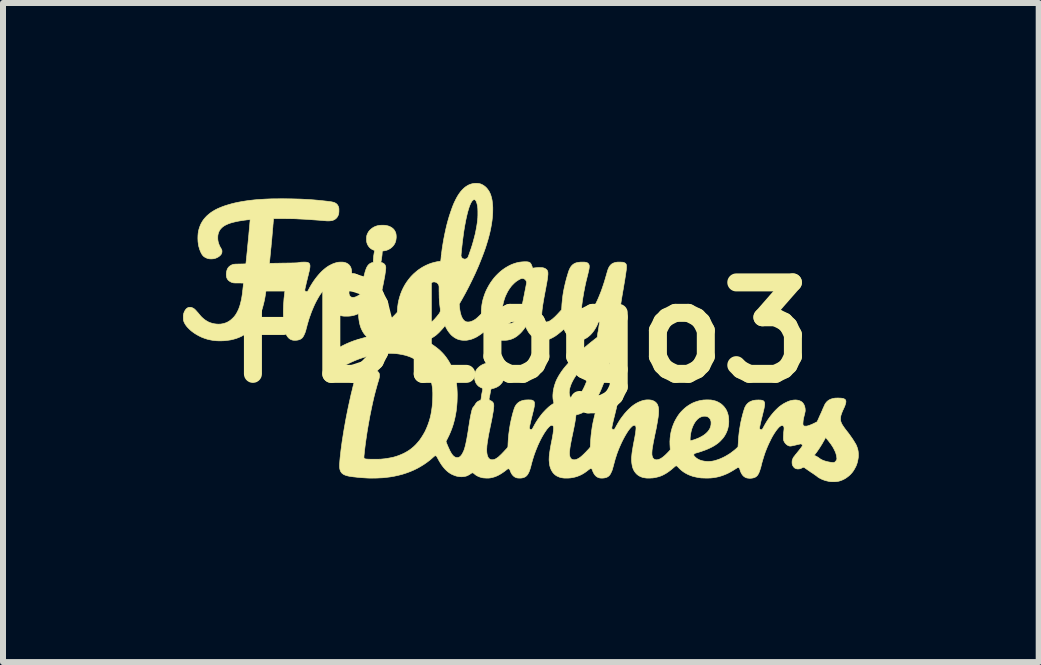
<source format=kicad_pcb>
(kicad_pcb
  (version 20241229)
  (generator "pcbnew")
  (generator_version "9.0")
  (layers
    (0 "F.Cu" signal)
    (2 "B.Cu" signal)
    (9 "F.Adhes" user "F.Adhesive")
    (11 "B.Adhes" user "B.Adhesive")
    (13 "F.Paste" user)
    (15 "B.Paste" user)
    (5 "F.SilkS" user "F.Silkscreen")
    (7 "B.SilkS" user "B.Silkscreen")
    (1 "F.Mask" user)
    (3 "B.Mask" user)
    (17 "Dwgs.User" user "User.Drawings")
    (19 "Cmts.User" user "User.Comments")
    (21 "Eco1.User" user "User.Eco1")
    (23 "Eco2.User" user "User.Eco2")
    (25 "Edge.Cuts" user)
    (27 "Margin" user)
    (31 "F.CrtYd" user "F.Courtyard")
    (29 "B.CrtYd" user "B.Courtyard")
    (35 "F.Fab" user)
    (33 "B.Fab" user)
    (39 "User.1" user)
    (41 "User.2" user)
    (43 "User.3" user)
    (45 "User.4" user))
  (footprint "FDLogo3"
    (layer "F.Cu")
    (at 5.628 2.491)
    (property "Reference" "FDLogo3" (at 0 0 0) (layer "F.SilkS") (effects (font (size 1.524 1.524) (thickness 0.3))))
    (attr through_hole)
    (fp_poly (pts (xy -0.708 -2.484) (xy -0.684 -2.48) (xy -0.667 -2.475) (xy -0.642 -2.464) (xy -0.618 -2.45) (xy -0.595 -2.433) (xy -0.574 -2.414) (xy -0.555 -2.392) (xy -0.537 -2.367) (xy -0.521 -2.341) (xy -0.508 -2.312) (xy -0.505 -2.306) (xy -0.495 -2.276) (xy -0.486 -2.243) (xy -0.478 -2.207) (xy -0.473 -2.169) (xy -0.469 -2.129) (xy -0.466 -2.086) (xy -0.466 -2.041) (xy -0.467 -1.994) (xy -0.47 -1.946) (xy -0.472 -1.925) (xy -0.478 -1.866) (xy -0.487 -1.806) (xy -0.498 -1.744) (xy -0.511 -1.681) (xy -0.527 -1.616) (xy -0.545 -1.549) (xy -0.566 -1.48) (xy -0.588 -1.41) (xy -0.614 -1.337) (xy -0.642 -1.263) (xy -0.672 -1.187) (xy -0.704 -1.108) (xy -0.711 -1.092) (xy -0.759 -0.983) (xy -0.811 -0.874) (xy -0.865 -0.765) (xy -0.922 -0.656) (xy -0.982 -0.548) (xy -1 -0.517) (xy -1.025 -0.473) (xy -1.023 -0.448) (xy -1.019 -0.408) (xy -1.014 -0.372) (xy -1.008 -0.338) (xy -1 -0.308) (xy -0.992 -0.28) (xy -0.982 -0.256) (xy -0.971 -0.235) (xy -0.959 -0.217) (xy -0.946 -0.202) (xy -0.931 -0.19) (xy -0.916 -0.182) (xy -0.91 -0.179) (xy -0.894 -0.176) (xy -0.877 -0.175) (xy -0.859 -0.176) (xy -0.84 -0.18) (xy -0.819 -0.187) (xy -0.799 -0.195) (xy -0.778 -0.206) (xy -0.766 -0.214) (xy -0.755 -0.221) (xy -0.744 -0.229) (xy -0.733 -0.239) (xy -0.72 -0.249) (xy -0.707 -0.262) (xy -0.691 -0.277) (xy -0.687 -0.281) (xy -0.657 -0.31) (xy -0.657 -0.318) (xy -0.31 -0.318) (xy -0.309 -0.299) (xy -0.308 -0.282) (xy -0.307 -0.267) (xy -0.304 -0.253) (xy -0.301 -0.24) (xy -0.297 -0.228) (xy -0.292 -0.216) (xy -0.29 -0.213) (xy -0.286 -0.205) (xy -0.282 -0.198) (xy -0.277 -0.192) (xy -0.27 -0.185) (xy -0.269 -0.184) (xy -0.257 -0.174) (xy -0.246 -0.166) (xy -0.234 -0.16) (xy -0.223 -0.156) (xy -0.203 -0.151) (xy -0.184 -0.15) (xy -0.166 -0.151) (xy -0.151 -0.154) (xy -0.135 -0.161) (xy -0.12 -0.169) (xy -0.105 -0.18) (xy -0.089 -0.194) (xy -0.086 -0.198) (xy -0.067 -0.22) (xy -0.05 -0.244) (xy -0.034 -0.27) (xy -0.02 -0.299) (xy -0.008 -0.33) (xy 0.003 -0.364) (xy 0.01 -0.392) (xy 0.011 -0.397) (xy 0.013 -0.405) (xy 0.015 -0.416) (xy 0.018 -0.43) (xy 0.022 -0.446) (xy 0.025 -0.464) (xy 0.03 -0.484) (xy 0.034 -0.506) (xy 0.039 -0.529) (xy 0.044 -0.554) (xy 0.049 -0.579) (xy 0.054 -0.605) (xy 0.058 -0.624) (xy 0.064 -0.654) (xy 0.069 -0.681) (xy 0.074 -0.706) (xy 0.078 -0.727) (xy 0.082 -0.746) (xy 0.085 -0.762) (xy 0.088 -0.777) (xy 0.09 -0.789) (xy 0.092 -0.799) (xy 0.094 -0.808) (xy 0.095 -0.815) (xy 0.096 -0.821) (xy 0.097 -0.825) (xy 0.097 -0.829) (xy 0.097 -0.832) (xy 0.097 -0.834) (xy 0.097 -0.836) (xy 0.097 -0.838) (xy 0.097 -0.839) (xy 0.093 -0.854) (xy 0.086 -0.867) (xy 0.077 -0.879) (xy 0.066 -0.888) (xy 0.054 -0.895) (xy 0.041 -0.899) (xy 0.026 -0.901) (xy 0.016 -0.9) (xy 0.006 -0.897) (xy -0.005 -0.893) (xy -0.019 -0.886) (xy -0.033 -0.878) (xy -0.048 -0.869) (xy -0.063 -0.859) (xy -0.078 -0.849) (xy -0.086 -0.842) (xy -0.096 -0.834) (xy -0.107 -0.824) (xy -0.118 -0.813) (xy -0.13 -0.801) (xy -0.142 -0.789) (xy -0.153 -0.777) (xy -0.162 -0.766) (xy -0.165 -0.762) (xy -0.192 -0.724) (xy -0.217 -0.684) (xy -0.238 -0.642) (xy -0.258 -0.599) (xy -0.274 -0.553) (xy -0.286 -0.511) (xy -0.294 -0.478) (xy -0.3 -0.448) (xy -0.304 -0.418) (xy -0.307 -0.387) (xy -0.309 -0.354) (xy -0.309 -0.34) (xy -0.31 -0.318) (xy -0.657 -0.318) (xy -0.657 -0.339) (xy -0.656 -0.379) (xy -0.652 -0.421) (xy -0.647 -0.463) (xy -0.639 -0.506) (xy -0.63 -0.546) (xy -0.615 -0.596) (xy -0.598 -0.645) (xy -0.578 -0.694) (xy -0.554 -0.742) (xy -0.528 -0.789) (xy -0.5 -0.834) (xy -0.469 -0.877) (xy -0.442 -0.912) (xy -0.41 -0.948) (xy -0.376 -0.982) (xy -0.34 -1.015) (xy -0.302 -1.045) (xy -0.264 -1.072) (xy -0.224 -1.096) (xy -0.188 -1.116) (xy -0.147 -1.135) (xy -0.106 -1.15) (xy -0.066 -1.162) (xy -0.025 -1.171) (xy 0.017 -1.176) (xy 0.059 -1.179) (xy 0.072 -1.179) (xy 0.091 -1.179) (xy 0.108 -1.178) (xy 0.121 -1.176) (xy 0.133 -1.173) (xy 0.143 -1.17) (xy 0.151 -1.165) (xy 0.159 -1.159) (xy 0.16 -1.157) (xy 0.166 -1.15) (xy 0.172 -1.14) (xy 0.178 -1.128) (xy 0.184 -1.114) (xy 0.189 -1.1) (xy 0.191 -1.094) (xy 0.193 -1.086) (xy 0.195 -1.079) (xy 0.196 -1.075) (xy 0.197 -1.073) (xy 0.197 -1.073) (xy 0.199 -1.073) (xy 0.203 -1.073) (xy 0.209 -1.074) (xy 0.217 -1.075) (xy 0.217 -1.075) (xy 0.24 -1.078) (xy 0.262 -1.08) (xy 0.284 -1.082) (xy 0.308 -1.082) (xy 0.323 -1.082) (xy 0.338 -1.081) (xy 0.35 -1.081) (xy 0.361 -1.08) (xy 0.369 -1.079) (xy 0.377 -1.077) (xy 0.385 -1.075) (xy 0.393 -1.072) (xy 0.396 -1.071) (xy 0.412 -1.063) (xy 0.425 -1.053) (xy 0.437 -1.042) (xy 0.445 -1.028) (xy 0.451 -1.012) (xy 0.452 -1.004) (xy 0.453 -0.994) (xy 0.453 -0.982) (xy 0.453 -0.966) (xy 0.451 -0.948) (xy 0.449 -0.927) (xy 0.446 -0.902) (xy 0.442 -0.875) (xy 0.437 -0.845) (xy 0.431 -0.811) (xy 0.424 -0.775) (xy 0.417 -0.735) (xy 0.412 -0.709) (xy 0.403 -0.663) (xy 0.396 -0.621) (xy 0.388 -0.582) (xy 0.382 -0.546) (xy 0.376 -0.512) (xy 0.371 -0.481) (xy 0.366 -0.452) (xy 0.363 -0.425) (xy 0.359 -0.4) (xy 0.356 -0.376) (xy 0.354 -0.355) (xy 0.352 -0.334) (xy 0.351 -0.315) (xy 0.35 -0.297) (xy 0.349 -0.286) (xy 0.349 -0.273) (xy 0.349 -0.263) (xy 0.349 -0.255) (xy 0.35 -0.249) (xy 0.35 -0.243) (xy 0.351 -0.239) (xy 0.356 -0.222) (xy 0.363 -0.208) (xy 0.373 -0.196) (xy 0.384 -0.187) (xy 0.396 -0.18) (xy 0.41 -0.176) (xy 0.426 -0.175) (xy 0.429 -0.175) (xy 0.442 -0.177) (xy 0.455 -0.181) (xy 0.469 -0.186) (xy 0.484 -0.193) (xy 0.499 -0.203) (xy 0.515 -0.214) (xy 0.533 -0.228) (xy 0.551 -0.244) (xy 0.571 -0.262) (xy 0.592 -0.283) (xy 0.615 -0.307) (xy 0.639 -0.333) (xy 0.661 -0.357) (xy 0.682 -0.38) (xy 0.683 -0.407) (xy 0.687 -0.478) (xy 0.694 -0.547) (xy 0.702 -0.616) (xy 0.713 -0.685) (xy 0.727 -0.754) (xy 0.743 -0.823) (xy 0.761 -0.894) (xy 0.779 -0.955) (xy 0.785 -0.975) (xy 0.79 -0.992) (xy 0.794 -1.006) (xy 0.799 -1.018) (xy 0.802 -1.029) (xy 0.806 -1.038) (xy 0.81 -1.047) (xy 0.813 -1.055) (xy 0.817 -1.063) (xy 0.828 -1.084) (xy 0.84 -1.102) (xy 0.854 -1.118) (xy 0.869 -1.132) (xy 0.885 -1.143) (xy 0.903 -1.153) (xy 0.924 -1.161) (xy 0.946 -1.166) (xy 0.971 -1.17) (xy 0.998 -1.173) (xy 1.029 -1.173) (xy 1.031 -1.173) (xy 1.053 -1.173) (xy 1.071 -1.172) (xy 1.087 -1.169) (xy 1.101 -1.165) (xy 1.112 -1.16) (xy 1.121 -1.153) (xy 1.129 -1.145) (xy 1.135 -1.136) (xy 1.138 -1.128) (xy 1.14 -1.123) (xy 1.141 -1.118) (xy 1.142 -1.112) (xy 1.142 -1.105) (xy 1.142 -1.098) (xy 1.142 -1.089) (xy 1.141 -1.082) (xy 1.14 -1.074) (xy 1.139 -1.064) (xy 1.137 -1.053) (xy 1.136 -1.048) (xy 1.12 -0.978) (xy 1.103 -0.91) (xy 1.097 -0.884) (xy 1.09 -0.859) (xy 1.085 -0.835) (xy 1.079 -0.81) (xy 1.074 -0.785) (xy 1.068 -0.758) (xy 1.063 -0.73) (xy 1.057 -0.699) (xy 1.052 -0.676) (xy 1.045 -0.633) (xy 1.038 -0.593) (xy 1.032 -0.557) (xy 1.027 -0.523) (xy 1.023 -0.492) (xy 1.019 -0.464) (xy 1.016 -0.438) (xy 1.015 -0.415) (xy 1.013 -0.394) (xy 1.013 -0.375) (xy 1.014 -0.357) (xy 1.015 -0.342) (xy 1.017 -0.328) (xy 1.019 -0.316) (xy 1.023 -0.306) (xy 1.027 -0.297) (xy 1.033 -0.288) (xy 1.04 -0.28) (xy 1.048 -0.274) (xy 1.05 -0.273) (xy 1.056 -0.271) (xy 1.065 -0.27) (xy 1.074 -0.269) (xy 1.082 -0.27) (xy 1.085 -0.271) (xy 1.096 -0.276) (xy 1.109 -0.284) (xy 1.123 -0.295) (xy 1.137 -0.308) (xy 1.151 -0.324) (xy 1.166 -0.341) (xy 1.181 -0.361) (xy 1.196 -0.383) (xy 1.204 -0.396) (xy 1.215 -0.414) (xy 1.225 -0.431) (xy 1.235 -0.45) (xy 1.246 -0.471) (xy 1.256 -0.492) (xy 1.278 -0.537) (xy 1.298 -0.583) (xy 1.318 -0.632) (xy 1.338 -0.682) (xy 1.357 -0.735) (xy 1.376 -0.791) (xy 1.395 -0.849) (xy 1.413 -0.911) (xy 1.426 -0.955) (xy 1.432 -0.977) (xy 1.438 -0.997) (xy 1.443 -1.014) (xy 1.447 -1.028) (xy 1.451 -1.04) (xy 1.454 -1.05) (xy 1.458 -1.059) (xy 1.461 -1.066) (xy 1.463 -1.073) (xy 1.466 -1.078) (xy 1.477 -1.098) (xy 1.49 -1.116) (xy 1.504 -1.131) (xy 1.52 -1.144) (xy 1.538 -1.154) (xy 1.558 -1.162) (xy 1.58 -1.168) (xy 1.605 -1.172) (xy 1.606 -1.172) (xy 1.614 -1.173) (xy 1.625 -1.173) (xy 1.638 -1.173) (xy 1.651 -1.173) (xy 1.664 -1.173) (xy 1.678 -1.172) (xy 1.689 -1.172) (xy 1.699 -1.171) (xy 1.707 -1.17) (xy 1.708 -1.169) (xy 1.719 -1.166) (xy 1.729 -1.162) (xy 1.739 -1.157) (xy 1.746 -1.151) (xy 1.749 -1.148) (xy 1.754 -1.141) (xy 1.758 -1.134) (xy 1.76 -1.127) (xy 1.762 -1.118) (xy 1.762 -1.107) (xy 1.762 -1.104) (xy 1.762 -1.095) (xy 1.762 -1.084) (xy 1.761 -1.07) (xy 1.76 -1.055) (xy 1.758 -1.037) (xy 1.755 -1.017) (xy 1.752 -0.994) (xy 1.748 -0.969) (xy 1.744 -0.941) (xy 1.739 -0.91) (xy 1.734 -0.877) (xy 1.728 -0.84) (xy 1.721 -0.801) (xy 1.714 -0.758) (xy 1.707 -0.715) (xy 1.703 -0.694) (xy 1.699 -0.671) (xy 1.695 -0.645) (xy 1.69 -0.618) (xy 1.685 -0.588) (xy 1.68 -0.558) (xy 1.675 -0.526) (xy 1.67 -0.493) (xy 1.664 -0.46) (xy 1.659 -0.427) (xy 1.653 -0.394) (xy 1.648 -0.361) (xy 1.643 -0.328) (xy 1.638 -0.297) (xy 1.633 -0.266) (xy 1.628 -0.237) (xy 1.624 -0.21) (xy 1.62 -0.185) (xy 1.616 -0.162) (xy 1.613 -0.142) (xy 1.611 -0.125) (xy 1.61 -0.117) (xy 1.597 -0.034) (xy 1.583 0.048) (xy 1.569 0.128) (xy 1.554 0.207) (xy 1.538 0.284) (xy 1.521 0.36) (xy 1.504 0.433) (xy 1.487 0.504) (xy 1.468 0.572) (xy 1.45 0.638) (xy 1.431 0.701) (xy 1.411 0.761) (xy 1.398 0.798) (xy 1.381 0.846) (xy 1.363 0.891) (xy 1.346 0.933) (xy 1.329 0.973) (xy 1.312 1.01) (xy 1.295 1.045) (xy 1.277 1.077) (xy 1.259 1.108) (xy 1.241 1.137) (xy 1.222 1.164) (xy 1.203 1.19) (xy 1.188 1.209) (xy 1.162 1.238) (xy 1.134 1.264) (xy 1.105 1.288) (xy 1.075 1.31) (xy 1.045 1.329) (xy 1.013 1.344) (xy 0.981 1.357) (xy 0.949 1.366) (xy 0.94 1.368) (xy 0.933 1.37) (xy 0.927 1.371) (xy 0.923 1.372) (xy 0.922 1.372) (xy 0.921 1.374) (xy 0.921 1.379) (xy 0.92 1.386) (xy 0.918 1.394) (xy 0.917 1.404) (xy 0.917 1.406) (xy 0.913 1.436) (xy 0.908 1.469) (xy 0.902 1.505) (xy 0.895 1.543) (xy 0.887 1.584) (xy 0.878 1.628) (xy 0.868 1.675) (xy 0.868 1.677) (xy 0.86 1.715) (xy 0.852 1.75) (xy 0.846 1.782) (xy 0.84 1.811) (xy 0.835 1.838) (xy 0.83 1.863) (xy 0.826 1.885) (xy 0.823 1.906) (xy 0.82 1.925) (xy 0.818 1.943) (xy 0.816 1.959) (xy 0.814 1.975) (xy 0.813 1.988) (xy 0.812 2.011) (xy 0.813 2.033) (xy 0.816 2.052) (xy 0.82 2.07) (xy 0.826 2.085) (xy 0.832 2.094) (xy 0.841 2.104) (xy 0.853 2.113) (xy 0.866 2.118) (xy 0.881 2.121) (xy 0.898 2.121) (xy 0.915 2.119) (xy 0.925 2.116) (xy 0.938 2.111) (xy 0.952 2.104) (xy 0.966 2.097) (xy 0.981 2.087) (xy 0.996 2.076) (xy 1.013 2.062) (xy 1.031 2.046) (xy 1.038 2.039) (xy 1.047 2.031) (xy 1.056 2.022) (xy 1.067 2.011) (xy 1.078 2) (xy 1.089 1.989) (xy 1.1 1.977) (xy 1.111 1.965) (xy 1.122 1.954) (xy 1.132 1.943) (xy 1.14 1.934) (xy 1.147 1.925) (xy 1.153 1.918) (xy 1.157 1.913) (xy 1.158 1.911) (xy 1.159 1.908) (xy 1.159 1.902) (xy 1.16 1.894) (xy 1.161 1.884) (xy 1.161 1.873) (xy 1.162 1.865) (xy 1.166 1.789) (xy 1.172 1.715) (xy 1.181 1.643) (xy 1.191 1.573) (xy 1.204 1.503) (xy 1.22 1.432) (xy 1.226 1.405) (xy 1.232 1.382) (xy 1.238 1.358) (xy 1.245 1.335) (xy 1.251 1.312) (xy 1.257 1.292) (xy 1.262 1.278) (xy 1.272 1.251) (xy 1.284 1.227) (xy 1.297 1.205) (xy 1.313 1.186) (xy 1.33 1.17) (xy 1.349 1.156) (xy 1.371 1.145) (xy 1.395 1.136) (xy 1.422 1.129) (xy 1.451 1.125) (xy 1.453 1.124) (xy 1.462 1.124) (xy 1.473 1.123) (xy 1.485 1.123) (xy 1.498 1.123) (xy 1.51 1.123) (xy 1.522 1.123) (xy 1.533 1.123) (xy 1.541 1.124) (xy 1.544 1.124) (xy 1.56 1.128) (xy 1.574 1.132) (xy 1.584 1.138) (xy 1.592 1.146) (xy 1.598 1.155) (xy 1.601 1.167) (xy 1.602 1.168) (xy 1.603 1.177) (xy 1.603 1.187) (xy 1.603 1.199) (xy 1.602 1.213) (xy 1.599 1.229) (xy 1.596 1.248) (xy 1.592 1.269) (xy 1.586 1.292) (xy 1.58 1.319) (xy 1.574 1.341) (xy 1.568 1.367) (xy 1.562 1.392) (xy 1.555 1.418) (xy 1.549 1.443) (xy 1.543 1.467) (xy 1.538 1.49) (xy 1.533 1.511) (xy 1.529 1.531) (xy 1.525 1.548) (xy 1.522 1.563) (xy 1.519 1.575) (xy 1.519 1.578) (xy 1.518 1.589) (xy 1.518 1.597) (xy 1.521 1.604) (xy 1.524 1.608) (xy 1.531 1.614) (xy 1.54 1.617) (xy 1.549 1.617) (xy 1.555 1.616) (xy 1.56 1.613) (xy 1.564 1.609) (xy 1.568 1.603) (xy 1.573 1.594) (xy 1.574 1.593) (xy 1.578 1.586) (xy 1.583 1.577) (xy 1.589 1.566) (xy 1.594 1.556) (xy 1.596 1.553) (xy 1.627 1.499) (xy 1.659 1.448) (xy 1.694 1.4) (xy 1.73 1.354) (xy 1.769 1.31) (xy 1.795 1.283) (xy 1.823 1.257) (xy 1.85 1.233) (xy 1.877 1.212) (xy 1.904 1.194) (xy 1.932 1.177) (xy 1.961 1.162) (xy 1.992 1.149) (xy 2.013 1.141) (xy 2.033 1.135) (xy 2.051 1.13) (xy 2.069 1.127) (xy 2.088 1.124) (xy 2.109 1.123) (xy 2.11 1.123) (xy 2.131 1.123) (xy 2.15 1.124) (xy 2.167 1.126) (xy 2.183 1.129) (xy 2.197 1.134) (xy 2.212 1.14) (xy 2.218 1.142) (xy 2.236 1.153) (xy 2.252 1.166) (xy 2.266 1.181) (xy 2.277 1.198) (xy 2.285 1.218) (xy 2.292 1.24) (xy 2.296 1.264) (xy 2.298 1.281) (xy 2.298 1.297) (xy 2.298 1.316) (xy 2.297 1.337) (xy 2.296 1.36) (xy 2.293 1.385) (xy 2.29 1.412) (xy 2.285 1.442) (xy 2.28 1.474) (xy 2.274 1.509) (xy 2.267 1.547) (xy 2.26 1.588) (xy 2.251 1.631) (xy 2.241 1.678) (xy 2.236 1.701) (xy 2.228 1.742) (xy 2.22 1.78) (xy 2.213 1.815) (xy 2.207 1.847) (xy 2.202 1.876) (xy 2.197 1.903) (xy 2.193 1.927) (xy 2.19 1.949) (xy 2.188 1.968) (xy 2.187 1.986) (xy 2.186 2.002) (xy 2.186 2.016) (xy 2.186 2.029) (xy 2.186 2.031) (xy 2.189 2.052) (xy 2.194 2.07) (xy 2.2 2.085) (xy 2.209 2.098) (xy 2.219 2.108) (xy 2.232 2.115) (xy 2.246 2.12) (xy 2.247 2.12) (xy 2.263 2.122) (xy 2.28 2.12) (xy 2.298 2.116) (xy 2.318 2.108) (xy 2.338 2.098) (xy 2.358 2.084) (xy 2.375 2.072) (xy 2.384 2.064) (xy 2.395 2.055) (xy 2.406 2.045) (xy 2.418 2.034) (xy 2.429 2.023) (xy 2.441 2.011) (xy 2.452 2) (xy 2.462 1.989) (xy 2.471 1.98) (xy 2.479 1.971) (xy 2.485 1.964) (xy 2.489 1.958) (xy 2.491 1.954) (xy 2.492 1.951) (xy 2.492 1.947) (xy 2.492 1.941) (xy 2.491 1.933) (xy 2.49 1.922) (xy 2.49 1.92) (xy 2.487 1.867) (xy 2.486 1.815) (xy 2.488 1.785) (xy 2.823 1.785) (xy 2.823 1.794) (xy 2.823 1.8) (xy 2.824 1.804) (xy 2.824 1.805) (xy 2.826 1.805) (xy 2.831 1.804) (xy 2.837 1.802) (xy 2.845 1.8) (xy 2.848 1.799) (xy 2.888 1.788) (xy 2.926 1.774) (xy 2.961 1.76) (xy 2.994 1.744) (xy 3.025 1.727) (xy 3.053 1.709) (xy 3.078 1.69) (xy 3.101 1.669) (xy 3.121 1.648) (xy 3.137 1.626) (xy 3.149 1.607) (xy 3.159 1.584) (xy 3.166 1.561) (xy 3.171 1.537) (xy 3.172 1.512) (xy 3.172 1.51) (xy 3.172 1.496) (xy 3.171 1.484) (xy 3.168 1.473) (xy 3.165 1.462) (xy 3.16 1.45) (xy 3.151 1.435) (xy 3.139 1.422) (xy 3.126 1.411) (xy 3.11 1.403) (xy 3.094 1.398) (xy 3.075 1.395) (xy 3.056 1.395) (xy 3.035 1.397) (xy 3.014 1.403) (xy 3.014 1.403) (xy 2.995 1.411) (xy 2.976 1.421) (xy 2.959 1.434) (xy 2.941 1.449) (xy 2.94 1.451) (xy 2.92 1.473) (xy 2.902 1.498) (xy 2.886 1.525) (xy 2.871 1.555) (xy 2.858 1.587) (xy 2.847 1.62) (xy 2.838 1.656) (xy 2.831 1.693) (xy 2.826 1.731) (xy 2.825 1.734) (xy 2.824 1.744) (xy 2.824 1.754) (xy 2.823 1.765) (xy 2.823 1.776) (xy 2.823 1.785) (xy 2.488 1.785) (xy 2.489 1.763) (xy 2.495 1.712) (xy 2.504 1.661) (xy 2.517 1.611) (xy 2.527 1.577) (xy 2.545 1.53) (xy 2.564 1.485) (xy 2.587 1.443) (xy 2.611 1.402) (xy 2.638 1.363) (xy 2.667 1.327) (xy 2.699 1.294) (xy 2.732 1.263) (xy 2.768 1.234) (xy 2.796 1.215) (xy 2.832 1.193) (xy 2.868 1.174) (xy 2.905 1.159) (xy 2.944 1.146) (xy 2.984 1.135) (xy 3.026 1.128) (xy 3.034 1.127) (xy 3.046 1.125) (xy 3.059 1.125) (xy 3.075 1.124) (xy 3.091 1.123) (xy 3.108 1.123) (xy 3.125 1.123) (xy 3.142 1.124) (xy 3.157 1.124) (xy 3.17 1.125) (xy 3.18 1.126) (xy 3.182 1.127) (xy 3.217 1.134) (xy 3.25 1.143) (xy 3.281 1.156) (xy 3.309 1.171) (xy 3.336 1.188) (xy 3.361 1.209) (xy 3.383 1.231) (xy 3.385 1.233) (xy 3.404 1.258) (xy 3.421 1.283) (xy 3.435 1.311) (xy 3.446 1.339) (xy 3.455 1.37) (xy 3.462 1.403) (xy 3.466 1.439) (xy 3.466 1.449) (xy 3.467 1.488) (xy 3.465 1.527) (xy 3.459 1.566) (xy 3.451 1.603) (xy 3.439 1.639) (xy 3.424 1.674) (xy 3.423 1.676) (xy 3.41 1.701) (xy 3.397 1.723) (xy 3.382 1.745) (xy 3.366 1.766) (xy 3.347 1.786) (xy 3.333 1.802) (xy 3.324 1.811) (xy 3.314 1.82) (xy 3.306 1.828) (xy 3.298 1.835) (xy 3.292 1.84) (xy 3.29 1.841) (xy 3.279 1.85) (xy 3.266 1.859) (xy 3.252 1.869) (xy 3.237 1.879) (xy 3.222 1.888) (xy 3.207 1.897) (xy 3.2 1.901) (xy 3.171 1.916) (xy 3.14 1.931) (xy 3.106 1.946) (xy 3.071 1.96) (xy 3.034 1.973) (xy 2.997 1.986) (xy 2.959 1.998) (xy 2.943 2.002) (xy 2.933 2.005) (xy 2.923 2.008) (xy 2.914 2.011) (xy 2.907 2.013) (xy 2.903 2.014) (xy 2.903 2.014) (xy 2.895 2.019) (xy 2.888 2.026) (xy 2.885 2.034) (xy 2.884 2.04) (xy 2.885 2.046) (xy 2.887 2.053) (xy 2.892 2.059) (xy 2.899 2.068) (xy 2.905 2.073) (xy 2.925 2.091) (xy 2.948 2.107) (xy 2.973 2.12) (xy 3.001 2.131) (xy 3.031 2.139) (xy 3.063 2.145) (xy 3.082 2.147) (xy 3.096 2.148) (xy 3.113 2.149) (xy 3.13 2.149) (xy 3.147 2.148) (xy 3.164 2.147) (xy 3.179 2.146) (xy 3.192 2.144) (xy 3.193 2.144) (xy 3.228 2.137) (xy 3.264 2.126) (xy 3.301 2.114) (xy 3.339 2.098) (xy 3.377 2.081) (xy 3.415 2.061) (xy 3.452 2.039) (xy 3.489 2.016) (xy 3.524 1.99) (xy 3.558 1.964) (xy 3.563 1.96) (xy 3.575 1.949) (xy 3.586 1.94) (xy 3.596 1.93) (xy 3.605 1.922) (xy 3.612 1.915) (xy 3.617 1.91) (xy 3.619 1.906) (xy 3.62 1.906) (xy 3.621 1.902) (xy 3.622 1.895) (xy 3.622 1.884) (xy 3.623 1.871) (xy 3.624 1.862) (xy 3.628 1.794) (xy 3.633 1.729) (xy 3.64 1.665) (xy 3.649 1.603) (xy 3.659 1.541) (xy 3.67 1.484) (xy 3.676 1.46) (xy 3.681 1.435) (xy 3.688 1.409) (xy 3.694 1.385) (xy 3.7 1.361) (xy 3.707 1.337) (xy 3.713 1.316) (xy 3.719 1.296) (xy 3.725 1.278) (xy 3.73 1.262) (xy 3.735 1.249) (xy 3.738 1.244) (xy 3.75 1.221) (xy 3.764 1.201) (xy 3.78 1.183) (xy 3.798 1.168) (xy 3.818 1.155) (xy 3.84 1.145) (xy 3.865 1.136) (xy 3.892 1.13) (xy 3.904 1.128) (xy 3.914 1.127) (xy 3.927 1.126) (xy 3.94 1.126) (xy 3.954 1.125) (xy 3.969 1.125) (xy 3.982 1.126) (xy 3.994 1.126) (xy 4.004 1.127) (xy 4.01 1.128) (xy 4.025 1.131) (xy 4.038 1.136) (xy 4.048 1.142) (xy 4.055 1.15) (xy 4.06 1.16) (xy 4.064 1.172) (xy 4.064 1.177) (xy 4.065 1.187) (xy 4.065 1.199) (xy 4.064 1.213) (xy 4.061 1.23) (xy 4.058 1.249) (xy 4.054 1.271) (xy 4.048 1.296) (xy 4.041 1.324) (xy 4.037 1.341) (xy 4.031 1.365) (xy 4.025 1.39) (xy 4.019 1.414) (xy 4.013 1.438) (xy 4.007 1.462) (xy 4.002 1.484) (xy 3.997 1.505) (xy 3.992 1.525) (xy 3.989 1.543) (xy 3.985 1.558) (xy 3.983 1.571) (xy 3.981 1.58) (xy 3.981 1.581) (xy 3.98 1.588) (xy 3.98 1.595) (xy 3.98 1.599) (xy 3.983 1.607) (xy 3.989 1.613) (xy 3.996 1.617) (xy 4.004 1.62) (xy 4.013 1.62) (xy 4.018 1.618) (xy 4.024 1.614) (xy 4.029 1.607) (xy 4.035 1.598) (xy 4.04 1.589) (xy 4.062 1.548) (xy 4.086 1.507) (xy 4.111 1.466) (xy 4.138 1.427) (xy 4.166 1.389) (xy 4.195 1.353) (xy 4.224 1.319) (xy 4.254 1.288) (xy 4.284 1.259) (xy 4.306 1.239) (xy 4.341 1.213) (xy 4.377 1.189) (xy 4.414 1.169) (xy 4.452 1.151) (xy 4.457 1.149) (xy 4.485 1.139) (xy 4.513 1.132) (xy 4.54 1.127) (xy 4.566 1.125) (xy 4.59 1.125) (xy 4.614 1.128) (xy 4.636 1.133) (xy 4.656 1.141) (xy 4.675 1.151) (xy 4.691 1.163) (xy 4.704 1.177) (xy 4.711 1.188) (xy 4.719 1.2) (xy 4.725 1.214) (xy 4.731 1.228) (xy 4.734 1.238) (xy 4.736 1.251) (xy 4.739 1.265) (xy 4.74 1.28) (xy 4.741 1.294) (xy 4.741 1.307) (xy 4.741 1.308) (xy 4.74 1.315) (xy 4.738 1.326) (xy 4.735 1.339) (xy 4.732 1.355) (xy 4.729 1.366) (xy 4.723 1.389) (xy 4.718 1.409) (xy 4.714 1.427) (xy 4.711 1.444) (xy 4.708 1.459) (xy 4.706 1.473) (xy 4.705 1.487) (xy 4.704 1.501) (xy 4.703 1.509) (xy 4.703 1.523) (xy 4.704 1.534) (xy 4.706 1.542) (xy 4.71 1.549) (xy 4.716 1.554) (xy 4.72 1.557) (xy 4.723 1.558) (xy 4.727 1.559) (xy 4.731 1.56) (xy 4.737 1.56) (xy 4.746 1.56) (xy 4.747 1.56) (xy 4.757 1.56) (xy 4.764 1.56) (xy 4.771 1.559) (xy 4.779 1.557) (xy 4.788 1.554) (xy 4.789 1.554) (xy 4.809 1.548) (xy 4.832 1.539) (xy 4.856 1.529) (xy 4.88 1.518) (xy 4.904 1.506) (xy 4.916 1.5) (xy 4.923 1.496) (xy 4.929 1.493) (xy 4.934 1.491) (xy 4.936 1.491) (xy 4.936 1.491) (xy 4.938 1.489) (xy 4.94 1.485) (xy 4.944 1.477) (xy 4.949 1.467) (xy 4.955 1.454) (xy 4.962 1.439) (xy 4.97 1.42) (xy 4.979 1.4) (xy 4.989 1.377) (xy 5.001 1.352) (xy 5.013 1.325) (xy 5.026 1.295) (xy 5.03 1.285) (xy 5.037 1.268) (xy 5.044 1.253) (xy 5.051 1.238) (xy 5.057 1.224) (xy 5.063 1.212) (xy 5.067 1.202) (xy 5.071 1.194) (xy 5.074 1.189) (xy 5.075 1.188) (xy 5.089 1.168) (xy 5.105 1.15) (xy 5.124 1.134) (xy 5.145 1.121) (xy 5.169 1.11) (xy 5.195 1.102) (xy 5.223 1.096) (xy 5.236 1.094) (xy 5.242 1.093) (xy 5.251 1.093) (xy 5.261 1.093) (xy 5.273 1.092) (xy 5.285 1.092) (xy 5.285 1.092) (xy 5.311 1.093) (xy 5.333 1.094) (xy 5.353 1.096) (xy 5.369 1.099) (xy 5.383 1.103) (xy 5.395 1.109) (xy 5.404 1.115) (xy 5.411 1.122) (xy 5.415 1.13) (xy 5.418 1.139) (xy 5.419 1.15) (xy 5.418 1.164) (xy 5.415 1.179) (xy 5.414 1.184) (xy 5.41 1.196) (xy 5.407 1.207) (xy 5.403 1.218) (xy 5.399 1.229) (xy 5.394 1.242) (xy 5.387 1.255) (xy 5.38 1.272) (xy 5.367 1.299) (xy 5.357 1.323) (xy 5.348 1.346) (xy 5.341 1.367) (xy 5.335 1.386) (xy 5.332 1.404) (xy 5.33 1.422) (xy 5.329 1.439) (xy 5.329 1.44) (xy 5.329 1.457) (xy 5.332 1.473) (xy 5.336 1.489) (xy 5.343 1.506) (xy 5.346 1.513) (xy 5.352 1.526) (xy 5.361 1.541) (xy 5.372 1.558) (xy 5.384 1.576) (xy 5.398 1.596) (xy 5.414 1.617) (xy 5.43 1.638) (xy 5.432 1.641) (xy 5.451 1.664) (xy 5.469 1.688) (xy 5.487 1.713) (xy 5.504 1.737) (xy 5.521 1.761) (xy 5.537 1.785) (xy 5.551 1.807) (xy 5.564 1.829) (xy 5.576 1.848) (xy 5.586 1.866) (xy 5.594 1.881) (xy 5.594 1.882) (xy 5.606 1.913) (xy 5.616 1.945) (xy 5.623 1.978) (xy 5.626 2.013) (xy 5.627 2.048) (xy 5.625 2.085) (xy 5.619 2.121) (xy 5.611 2.159) (xy 5.609 2.166) (xy 5.6 2.195) (xy 5.588 2.226) (xy 5.573 2.255) (xy 5.557 2.284) (xy 5.54 2.311) (xy 5.521 2.336) (xy 5.518 2.339) (xy 5.495 2.365) (xy 5.469 2.389) (xy 5.442 2.41) (xy 5.414 2.43) (xy 5.385 2.446) (xy 5.355 2.46) (xy 5.325 2.471) (xy 5.319 2.473) (xy 5.303 2.477) (xy 5.289 2.481) (xy 5.275 2.483) (xy 5.261 2.485) (xy 5.245 2.486) (xy 5.227 2.487) (xy 5.216 2.487) (xy 5.204 2.487) (xy 5.192 2.487) (xy 5.181 2.487) (xy 5.172 2.486) (xy 5.165 2.486) (xy 5.163 2.486) (xy 5.138 2.482) (xy 5.112 2.476) (xy 5.086 2.47) (xy 5.06 2.462) (xy 5.035 2.453) (xy 5.012 2.443) (xy 4.99 2.432) (xy 4.97 2.421) (xy 4.953 2.41) (xy 4.945 2.404) (xy 4.941 2.4) (xy 4.936 2.396) (xy 4.93 2.392) (xy 4.924 2.387) (xy 4.917 2.382) (xy 4.909 2.377) (xy 4.899 2.37) (xy 4.888 2.362) (xy 4.874 2.352) (xy 4.857 2.341) (xy 4.853 2.338) (xy 4.838 2.329) (xy 4.824 2.319) (xy 4.809 2.308) (xy 4.795 2.299) (xy 4.782 2.29) (xy 4.771 2.282) (xy 4.761 2.275) (xy 4.759 2.274) (xy 4.749 2.267) (xy 4.741 2.261) (xy 4.734 2.256) (xy 4.728 2.252) (xy 4.724 2.249) (xy 4.723 2.249) (xy 4.716 2.247) (xy 4.707 2.247) (xy 4.699 2.25) (xy 4.698 2.25) (xy 4.684 2.258) (xy 4.672 2.264) (xy 4.661 2.268) (xy 4.651 2.271) (xy 4.641 2.273) (xy 4.631 2.274) (xy 4.621 2.274) (xy 4.608 2.274) (xy 4.598 2.272) (xy 4.587 2.269) (xy 4.577 2.265) (xy 4.575 2.264) (xy 4.564 2.257) (xy 4.554 2.248) (xy 4.545 2.237) (xy 4.537 2.225) (xy 4.535 2.223) (xy 4.53 2.212) (xy 4.527 2.203) (xy 4.524 2.194) (xy 4.523 2.184) (xy 4.522 2.172) (xy 4.522 2.162) (xy 4.522 2.152) (xy 4.523 2.144) (xy 4.523 2.138) (xy 4.524 2.132) (xy 4.526 2.126) (xy 4.527 2.123) (xy 4.532 2.109) (xy 4.538 2.094) (xy 4.546 2.081) (xy 4.548 2.077) (xy 4.55 2.074) (xy 4.554 2.069) (xy 4.56 2.062) (xy 4.567 2.053) (xy 4.573 2.045) (xy 4.892 2.045) (xy 4.893 2.046) (xy 4.897 2.049) (xy 4.903 2.052) (xy 4.91 2.056) (xy 4.912 2.056) (xy 4.93 2.066) (xy 4.947 2.075) (xy 4.962 2.085) (xy 4.977 2.096) (xy 4.979 2.098) (xy 4.997 2.11) (xy 5.017 2.121) (xy 5.039 2.131) (xy 5.064 2.14) (xy 5.091 2.148) (xy 5.12 2.155) (xy 5.153 2.161) (xy 5.18 2.165) (xy 5.193 2.166) (xy 5.203 2.167) (xy 5.211 2.167) (xy 5.218 2.166) (xy 5.221 2.166) (xy 5.231 2.161) (xy 5.24 2.155) (xy 5.249 2.145) (xy 5.258 2.132) (xy 5.263 2.123) (xy 5.269 2.111) (xy 5.268 2.095) (xy 5.265 2.071) (xy 5.261 2.05) (xy 5.256 2.029) (xy 5.25 2.009) (xy 5.242 1.988) (xy 5.231 1.965) (xy 5.227 1.957) (xy 5.218 1.939) (xy 5.21 1.923) (xy 5.201 1.908) (xy 5.191 1.892) (xy 5.18 1.876) (xy 5.174 1.866) (xy 5.168 1.858) (xy 5.16 1.848) (xy 5.152 1.838) (xy 5.144 1.826) (xy 5.135 1.815) (xy 5.126 1.803) (xy 5.117 1.792) (xy 5.109 1.782) (xy 5.101 1.773) (xy 5.094 1.764) (xy 5.089 1.758) (xy 5.084 1.753) (xy 5.082 1.751) (xy 5.082 1.751) (xy 5.08 1.752) (xy 5.078 1.756) (xy 5.075 1.761) (xy 5.075 1.761) (xy 5.07 1.77) (xy 5.064 1.781) (xy 5.058 1.793) (xy 5.05 1.807) (xy 5.041 1.822) (xy 5.033 1.837) (xy 5.025 1.851) (xy 5.017 1.865) (xy 5.015 1.867) (xy 4.999 1.893) (xy 4.982 1.92) (xy 4.964 1.947) (xy 4.947 1.972) (xy 4.93 1.996) (xy 4.913 2.018) (xy 4.903 2.031) (xy 4.898 2.037) (xy 4.895 2.041) (xy 4.892 2.044) (xy 4.892 2.045) (xy 4.573 2.045) (xy 4.574 2.043) (xy 4.583 2.033) (xy 4.59 2.024) (xy 4.607 2.003) (xy 4.622 1.984) (xy 4.637 1.966) (xy 4.65 1.949) (xy 4.661 1.935) (xy 4.671 1.922) (xy 4.679 1.911) (xy 4.685 1.902) (xy 4.689 1.896) (xy 4.692 1.892) (xy 4.692 1.891) (xy 4.693 1.883) (xy 4.691 1.874) (xy 4.686 1.866) (xy 4.684 1.864) (xy 4.681 1.861) (xy 4.678 1.859) (xy 4.675 1.858) (xy 4.672 1.857) (xy 4.667 1.857) (xy 4.661 1.857) (xy 4.653 1.859) (xy 4.644 1.861) (xy 4.631 1.864) (xy 4.616 1.867) (xy 4.612 1.868) (xy 4.588 1.874) (xy 4.568 1.879) (xy 4.55 1.883) (xy 4.535 1.886) (xy 4.522 1.889) (xy 4.511 1.891) (xy 4.502 1.892) (xy 4.494 1.893) (xy 4.487 1.893) (xy 4.481 1.892) (xy 4.476 1.891) (xy 4.474 1.891) (xy 4.458 1.885) (xy 4.442 1.876) (xy 4.427 1.865) (xy 4.413 1.851) (xy 4.401 1.836) (xy 4.391 1.819) (xy 4.383 1.802) (xy 4.381 1.796) (xy 4.38 1.789) (xy 4.379 1.78) (xy 4.378 1.767) (xy 4.378 1.753) (xy 4.378 1.737) (xy 4.379 1.72) (xy 4.38 1.702) (xy 4.381 1.683) (xy 4.382 1.664) (xy 4.384 1.646) (xy 4.385 1.637) (xy 4.387 1.618) (xy 4.388 1.602) (xy 4.388 1.588) (xy 4.386 1.578) (xy 4.384 1.569) (xy 4.38 1.562) (xy 4.375 1.557) (xy 4.369 1.553) (xy 4.367 1.552) (xy 4.36 1.55) (xy 4.353 1.55) (xy 4.344 1.552) (xy 4.341 1.553) (xy 4.329 1.559) (xy 4.316 1.568) (xy 4.302 1.58) (xy 4.288 1.596) (xy 4.272 1.615) (xy 4.255 1.637) (xy 4.238 1.662) (xy 4.236 1.665) (xy 4.224 1.683) (xy 4.213 1.701) (xy 4.202 1.719) (xy 4.191 1.738) (xy 4.18 1.759) (xy 4.168 1.782) (xy 4.161 1.797) (xy 4.136 1.848) (xy 4.113 1.899) (xy 4.092 1.95) (xy 4.072 2.002) (xy 4.054 2.056) (xy 4.037 2.111) (xy 4.02 2.169) (xy 4.008 2.217) (xy 4.001 2.246) (xy 3.993 2.271) (xy 3.986 2.294) (xy 3.979 2.314) (xy 3.972 2.332) (xy 3.965 2.348) (xy 3.957 2.362) (xy 3.949 2.375) (xy 3.945 2.381) (xy 3.933 2.393) (xy 3.919 2.405) (xy 3.902 2.414) (xy 3.883 2.421) (xy 3.861 2.426) (xy 3.838 2.429) (xy 3.814 2.43) (xy 3.807 2.429) (xy 3.784 2.427) (xy 3.764 2.423) (xy 3.746 2.416) (xy 3.729 2.406) (xy 3.713 2.394) (xy 3.707 2.388) (xy 3.694 2.373) (xy 3.682 2.355) (xy 3.671 2.334) (xy 3.661 2.311) (xy 3.653 2.286) (xy 3.65 2.276) (xy 3.648 2.268) (xy 3.645 2.263) (xy 3.643 2.259) (xy 3.64 2.257) (xy 3.636 2.254) (xy 3.635 2.254) (xy 3.63 2.251) (xy 3.624 2.251) (xy 3.62 2.251) (xy 3.617 2.251) (xy 3.613 2.252) (xy 3.609 2.254) (xy 3.604 2.257) (xy 3.597 2.262) (xy 3.588 2.268) (xy 3.584 2.27) (xy 3.541 2.297) (xy 3.5 2.321) (xy 3.459 2.343) (xy 3.42 2.361) (xy 3.38 2.377) (xy 3.34 2.391) (xy 3.299 2.403) (xy 3.258 2.412) (xy 3.216 2.419) (xy 3.181 2.423) (xy 3.172 2.424) (xy 3.159 2.425) (xy 3.145 2.425) (xy 3.129 2.426) (xy 3.111 2.426) (xy 3.093 2.426) (xy 3.075 2.426) (xy 3.057 2.425) (xy 3.041 2.425) (xy 3.026 2.424) (xy 3.013 2.424) (xy 3.002 2.423) (xy 3.001 2.423) (xy 2.954 2.416) (xy 2.91 2.407) (xy 2.868 2.397) (xy 2.828 2.383) (xy 2.791 2.368) (xy 2.756 2.35) (xy 2.722 2.33) (xy 2.69 2.307) (xy 2.66 2.282) (xy 2.632 2.254) (xy 2.62 2.241) (xy 2.612 2.233) (xy 2.606 2.227) (xy 2.6 2.224) (xy 2.594 2.223) (xy 2.588 2.223) (xy 2.585 2.224) (xy 2.581 2.225) (xy 2.577 2.227) (xy 2.573 2.23) (xy 2.566 2.235) (xy 2.558 2.243) (xy 2.556 2.245) (xy 2.54 2.258) (xy 2.523 2.273) (xy 2.506 2.287) (xy 2.488 2.301) (xy 2.471 2.314) (xy 2.461 2.321) (xy 2.427 2.344) (xy 2.394 2.363) (xy 2.361 2.38) (xy 2.327 2.394) (xy 2.292 2.405) (xy 2.256 2.414) (xy 2.218 2.421) (xy 2.211 2.422) (xy 2.201 2.424) (xy 2.189 2.424) (xy 2.174 2.425) (xy 2.159 2.426) (xy 2.143 2.426) (xy 2.127 2.426) (xy 2.113 2.426) (xy 2.1 2.426) (xy 2.09 2.425) (xy 2.088 2.425) (xy 2.057 2.42) (xy 2.028 2.414) (xy 2.002 2.404) (xy 1.977 2.392) (xy 1.955 2.378) (xy 1.934 2.361) (xy 1.928 2.355) (xy 1.91 2.335) (xy 1.895 2.314) (xy 1.882 2.291) (xy 1.871 2.266) (xy 1.862 2.239) (xy 1.856 2.209) (xy 1.851 2.177) (xy 1.848 2.142) (xy 1.847 2.139) (xy 1.847 2.123) (xy 1.847 2.106) (xy 1.847 2.087) (xy 1.849 2.068) (xy 1.851 2.047) (xy 1.853 2.024) (xy 1.856 1.999) (xy 1.86 1.972) (xy 1.865 1.943) (xy 1.87 1.912) (xy 1.876 1.877) (xy 1.883 1.84) (xy 1.89 1.804) (xy 1.897 1.769) (xy 1.903 1.736) (xy 1.908 1.706) (xy 1.913 1.68) (xy 1.916 1.656) (xy 1.918 1.635) (xy 1.92 1.617) (xy 1.921 1.601) (xy 1.921 1.588) (xy 1.92 1.577) (xy 1.918 1.568) (xy 1.916 1.562) (xy 1.911 1.554) (xy 1.903 1.549) (xy 1.895 1.547) (xy 1.885 1.548) (xy 1.882 1.548) (xy 1.875 1.551) (xy 1.867 1.555) (xy 1.859 1.561) (xy 1.85 1.569) (xy 1.84 1.579) (xy 1.824 1.596) (xy 1.807 1.617) (xy 1.79 1.64) (xy 1.773 1.666) (xy 1.755 1.695) (xy 1.737 1.726) (xy 1.718 1.76) (xy 1.7 1.795) (xy 1.681 1.833) (xy 1.668 1.862) (xy 1.65 1.902) (xy 1.633 1.942) (xy 1.618 1.981) (xy 1.603 2.021) (xy 1.59 2.062) (xy 1.576 2.104) (xy 1.564 2.149) (xy 1.551 2.196) (xy 1.548 2.208) (xy 1.544 2.223) (xy 1.54 2.237) (xy 1.536 2.251) (xy 1.532 2.265) (xy 1.529 2.276) (xy 1.526 2.285) (xy 1.526 2.287) (xy 1.521 2.301) (xy 1.515 2.315) (xy 1.508 2.33) (xy 1.501 2.344) (xy 1.495 2.357) (xy 1.488 2.367) (xy 1.483 2.375) (xy 1.47 2.389) (xy 1.455 2.401) (xy 1.438 2.411) (xy 1.419 2.418) (xy 1.397 2.423) (xy 1.373 2.426) (xy 1.353 2.427) (xy 1.331 2.426) (xy 1.311 2.423) (xy 1.293 2.417) (xy 1.277 2.41) (xy 1.261 2.399) (xy 1.25 2.39) (xy 1.239 2.378) (xy 1.228 2.364) (xy 1.218 2.348) (xy 1.209 2.33) (xy 1.2 2.311) (xy 1.197 2.301) (xy 1.194 2.292) (xy 1.191 2.285) (xy 1.189 2.28) (xy 1.186 2.277) (xy 1.184 2.274) (xy 1.182 2.273) (xy 1.172 2.269) (xy 1.163 2.268) (xy 1.159 2.269) (xy 1.155 2.271) (xy 1.15 2.274) (xy 1.143 2.279) (xy 1.135 2.285) (xy 1.129 2.289) (xy 1.109 2.305) (xy 1.09 2.319) (xy 1.072 2.332) (xy 1.057 2.342) (xy 1.02 2.364) (xy 0.983 2.382) (xy 0.945 2.397) (xy 0.905 2.409) (xy 0.864 2.418) (xy 0.837 2.422) (xy 0.825 2.424) (xy 0.81 2.425) (xy 0.794 2.426) (xy 0.777 2.426) (xy 0.759 2.426) (xy 0.742 2.426) (xy 0.727 2.426) (xy 0.714 2.425) (xy 0.706 2.424) (xy 0.675 2.419) (xy 0.646 2.411) (xy 0.62 2.4) (xy 0.595 2.388) (xy 0.573 2.372) (xy 0.553 2.354) (xy 0.535 2.333) (xy 0.526 2.32) (xy 0.513 2.298) (xy 0.502 2.275) (xy 0.493 2.251) (xy 0.485 2.224) (xy 0.48 2.195) (xy 0.476 2.163) (xy 0.473 2.129) (xy 0.473 2.11) (xy 0.474 2.088) (xy 0.475 2.063) (xy 0.478 2.035) (xy 0.482 2.004) (xy 0.487 1.97) (xy 0.493 1.933) (xy 0.5 1.893) (xy 0.508 1.85) (xy 0.513 1.825) (xy 0.52 1.791) (xy 0.526 1.76) (xy 0.531 1.732) (xy 0.535 1.706) (xy 0.539 1.684) (xy 0.541 1.663) (xy 0.544 1.645) (xy 0.545 1.628) (xy 0.546 1.614) (xy 0.547 1.601) (xy 0.547 1.59) (xy 0.546 1.581) (xy 0.546 1.574) (xy 0.545 1.569) (xy 0.544 1.566) (xy 0.542 1.562) (xy 0.542 1.561) (xy 0.536 1.554) (xy 0.528 1.549) (xy 0.52 1.547) (xy 0.51 1.548) (xy 0.498 1.553) (xy 0.493 1.556) (xy 0.488 1.559) (xy 0.482 1.564) (xy 0.475 1.57) (xy 0.467 1.578) (xy 0.451 1.596) (xy 0.433 1.617) (xy 0.416 1.642) (xy 0.397 1.669) (xy 0.379 1.699) (xy 0.36 1.731) (xy 0.341 1.766) (xy 0.322 1.803) (xy 0.303 1.843) (xy 0.284 1.884) (xy 0.281 1.892) (xy 0.252 1.963) (xy 0.225 2.036) (xy 0.201 2.111) (xy 0.179 2.188) (xy 0.176 2.201) (xy 0.17 2.226) (xy 0.164 2.248) (xy 0.158 2.267) (xy 0.153 2.284) (xy 0.147 2.3) (xy 0.142 2.315) (xy 0.136 2.328) (xy 0.13 2.34) (xy 0.119 2.36) (xy 0.107 2.377) (xy 0.094 2.391) (xy 0.079 2.403) (xy 0.062 2.412) (xy 0.042 2.419) (xy 0.021 2.424) (xy 0.014 2.425) (xy 0.004 2.426) (xy -0.008 2.426) (xy -0.021 2.426) (xy -0.034 2.426) (xy -0.047 2.425) (xy -0.058 2.424) (xy -0.066 2.422) (xy -0.067 2.422) (xy -0.088 2.414) (xy -0.106 2.404) (xy -0.123 2.39) (xy -0.138 2.374) (xy -0.152 2.355) (xy -0.164 2.332) (xy -0.174 2.307) (xy -0.175 2.304) (xy -0.18 2.292) (xy -0.185 2.283) (xy -0.19 2.277) (xy -0.196 2.273) (xy -0.2 2.272) (xy -0.206 2.271) (xy -0.211 2.271) (xy -0.216 2.273) (xy -0.221 2.276) (xy -0.228 2.281) (xy -0.237 2.288) (xy -0.237 2.288) (xy -0.273 2.316) (xy -0.308 2.34) (xy -0.341 2.361) (xy -0.375 2.38) (xy -0.408 2.395) (xy -0.44 2.407) (xy -0.472 2.416) (xy -0.505 2.423) (xy -0.52 2.425) (xy -0.532 2.426) (xy -0.546 2.426) (xy -0.561 2.426) (xy -0.578 2.426) (xy -0.594 2.425) (xy -0.609 2.424) (xy -0.623 2.423) (xy -0.632 2.422) (xy -0.66 2.415) (xy -0.686 2.407) (xy -0.711 2.397) (xy -0.728 2.388) (xy -0.738 2.383) (xy -0.748 2.376) (xy -0.758 2.369) (xy -0.767 2.361) (xy -0.775 2.355) (xy -0.78 2.35) (xy -0.788 2.344) (xy -0.797 2.34) (xy -0.806 2.339) (xy -0.815 2.341) (xy -0.815 2.341) (xy -0.819 2.343) (xy -0.824 2.347) (xy -0.831 2.351) (xy -0.837 2.355) (xy -0.852 2.366) (xy -0.869 2.375) (xy -0.886 2.384) (xy -0.902 2.391) (xy -0.903 2.391) (xy -0.929 2.398) (xy -0.956 2.402) (xy -0.984 2.404) (xy -1.013 2.403) (xy -1.043 2.399) (xy -1.073 2.393) (xy -1.103 2.383) (xy -1.132 2.371) (xy -1.146 2.365) (xy -1.175 2.349) (xy -1.204 2.329) (xy -1.232 2.306) (xy -1.259 2.28) (xy -1.285 2.25) (xy -1.311 2.217) (xy -1.335 2.181) (xy -1.359 2.142) (xy -1.382 2.099) (xy -1.384 2.096) (xy -1.389 2.087) (xy -1.393 2.079) (xy -1.397 2.072) (xy -1.399 2.067) (xy -1.401 2.065) (xy -1.406 2.059) (xy -1.414 2.056) (xy -1.422 2.054) (xy -1.43 2.055) (xy -1.432 2.056) (xy -1.434 2.057) (xy -1.439 2.061) (xy -1.445 2.066) (xy -1.452 2.072) (xy -1.46 2.079) (xy -1.461 2.08) (xy -1.51 2.123) (xy -1.561 2.162) (xy -1.614 2.199) (xy -1.669 2.233) (xy -1.726 2.265) (xy -1.784 2.293) (xy -1.845 2.319) (xy -1.908 2.342) (xy -1.973 2.363) (xy -2.039 2.38) (xy -2.108 2.395) (xy -2.178 2.407) (xy -2.251 2.416) (xy -2.261 2.417) (xy -2.287 2.42) (xy -2.316 2.422) (xy -2.347 2.423) (xy -2.379 2.425) (xy -2.412 2.426) (xy -2.445 2.426) (xy -2.477 2.427) (xy -2.508 2.427) (xy -2.537 2.426) (xy -2.562 2.425) (xy -2.592 2.423) (xy -2.623 2.421) (xy -2.656 2.419) (xy -2.689 2.416) (xy -2.722 2.413) (xy -2.755 2.409) (xy -2.786 2.406) (xy -2.815 2.402) (xy -2.841 2.398) (xy -2.845 2.398) (xy -2.875 2.392) (xy -2.902 2.385) (xy -2.926 2.377) (xy -2.947 2.368) (xy -2.964 2.357) (xy -2.979 2.345) (xy -2.991 2.332) (xy -2.991 2.331) (xy -2.998 2.32) (xy -3.004 2.309) (xy -3.009 2.296) (xy -3.013 2.283) (xy -3.016 2.268) (xy -3.018 2.251) (xy -3.019 2.233) (xy -3.019 2.212) (xy -3.018 2.188) (xy -3.016 2.162) (xy -3.015 2.144) (xy -3.01 2.086) (xy -3.003 2.025) (xy -2.996 1.961) (xy -2.987 1.895) (xy -2.978 1.827) (xy -2.967 1.757) (xy -2.956 1.686) (xy -2.944 1.613) (xy -2.931 1.54) (xy -2.918 1.466) (xy -2.904 1.392) (xy -2.889 1.318) (xy -2.874 1.244) (xy -2.858 1.171) (xy -2.842 1.098) (xy -2.827 1.031) (xy -2.822 1.009) (xy -2.816 0.987) (xy -2.81 0.963) (xy -2.805 0.939) (xy -2.799 0.916) (xy -2.793 0.892) (xy -2.787 0.869) (xy -2.781 0.846) (xy -2.775 0.825) (xy -2.77 0.805) (xy -2.765 0.786) (xy -2.76 0.769) (xy -2.756 0.755) (xy -2.753 0.743) (xy -2.75 0.734) (xy -2.748 0.727) (xy -2.748 0.727) (xy -2.74 0.708) (xy -2.729 0.691) (xy -2.716 0.675) (xy -2.702 0.662) (xy -2.698 0.659) (xy -2.68 0.648) (xy -2.659 0.639) (xy -2.636 0.631) (xy -2.609 0.625) (xy -2.581 0.621) (xy -2.55 0.619) (xy -2.518 0.618) (xy -2.507 0.619) (xy -2.478 0.62) (xy -2.453 0.624) (xy -2.43 0.628) (xy -2.411 0.635) (xy -2.394 0.643) (xy -2.38 0.652) (xy -2.369 0.664) (xy -2.361 0.677) (xy -2.356 0.691) (xy -2.355 0.697) (xy -2.354 0.704) (xy -2.354 0.712) (xy -2.354 0.722) (xy -2.355 0.736) (xy -2.357 0.749) (xy -2.36 0.763) (xy -2.364 0.779) (xy -2.369 0.796) (xy -2.372 0.807) (xy -2.387 0.855) (xy -2.401 0.906) (xy -2.416 0.96) (xy -2.431 1.017) (xy -2.446 1.076) (xy -2.46 1.137) (xy -2.474 1.2) (xy -2.488 1.265) (xy -2.501 1.33) (xy -2.515 1.397) (xy -2.527 1.465) (xy -2.539 1.533) (xy -2.551 1.601) (xy -2.562 1.669) (xy -2.572 1.737) (xy -2.582 1.805) (xy -2.591 1.871) (xy -2.599 1.937) (xy -2.603 1.968) (xy -2.605 1.99) (xy -2.607 2.01) (xy -2.609 2.026) (xy -2.61 2.04) (xy -2.612 2.052) (xy -2.612 2.061) (xy -2.613 2.069) (xy -2.613 2.075) (xy -2.613 2.08) (xy -2.613 2.083) (xy -2.613 2.086) (xy -2.612 2.088) (xy -2.612 2.089) (xy -2.609 2.094) (xy -2.606 2.099) (xy -2.603 2.102) (xy -2.597 2.104) (xy -2.591 2.106) (xy -2.582 2.108) (xy -2.57 2.109) (xy -2.556 2.11) (xy -2.555 2.11) (xy -2.543 2.111) (xy -2.527 2.111) (xy -2.51 2.112) (xy -2.491 2.112) (xy -2.471 2.112) (xy -2.45 2.112) (xy -2.428 2.112) (xy -2.407 2.112) (xy -2.387 2.112) (xy -2.368 2.112) (xy -2.351 2.111) (xy -2.335 2.111) (xy -2.323 2.11) (xy -2.316 2.109) (xy -2.263 2.104) (xy -2.212 2.096) (xy -2.163 2.087) (xy -2.117 2.077) (xy -2.073 2.064) (xy -2.03 2.049) (xy -1.989 2.032) (xy -1.949 2.014) (xy -1.945 2.012) (xy -1.901 1.988) (xy -1.859 1.962) (xy -1.82 1.933) (xy -1.783 1.902) (xy -1.748 1.868) (xy -1.715 1.831) (xy -1.683 1.792) (xy -1.651 1.745) (xy -1.621 1.697) (xy -1.593 1.647) (xy -1.569 1.594) (xy -1.547 1.539) (xy -1.527 1.482) (xy -1.51 1.424) (xy -1.496 1.363) (xy -1.485 1.299) (xy -1.476 1.234) (xy -1.47 1.167) (xy -1.467 1.098) (xy -1.466 1.045) (xy -1.466 1.023) (xy -1.466 1.003) (xy -1.467 0.985) (xy -1.468 0.969) (xy -1.469 0.953) (xy -1.47 0.937) (xy -1.472 0.92) (xy -1.473 0.911) (xy -1.481 0.863) (xy -1.491 0.817) (xy -1.504 0.772) (xy -1.519 0.729) (xy -1.537 0.688) (xy -1.558 0.649) (xy -1.563 0.64) (xy -1.585 0.607) (xy -1.61 0.575) (xy -1.638 0.544) (xy -1.668 0.515) (xy -1.699 0.489) (xy -1.72 0.473) (xy -1.756 0.45) (xy -1.795 0.429) (xy -1.835 0.41) (xy -1.878 0.394) (xy -1.923 0.38) (xy -1.97 0.369) (xy -2.019 0.36) (xy -2.069 0.353) (xy -2.122 0.349) (xy -2.176 0.347) (xy -2.232 0.348) (xy -2.289 0.351) (xy -2.348 0.357) (xy -2.388 0.363) (xy -2.449 0.373) (xy -2.51 0.386) (xy -2.572 0.402) (xy -2.634 0.42) (xy -2.695 0.441) (xy -2.756 0.465) (xy -2.816 0.491) (xy -2.874 0.518) (xy -2.93 0.548) (xy -2.983 0.579) (xy -3 0.59) (xy -3.015 0.599) (xy -3.028 0.607) (xy -3.04 0.613) (xy -3.05 0.617) (xy -3.059 0.62) (xy -3.069 0.622) (xy -3.079 0.623) (xy -3.09 0.624) (xy -3.093 0.624) (xy -3.103 0.624) (xy -3.11 0.623) (xy -3.116 0.622) (xy -3.121 0.621) (xy -3.123 0.62) (xy -3.139 0.613) (xy -3.153 0.602) (xy -3.165 0.589) (xy -3.175 0.573) (xy -3.179 0.566) (xy -3.186 0.548) (xy -3.192 0.528) (xy -3.195 0.506) (xy -3.196 0.483) (xy -3.195 0.462) (xy -3.193 0.438) (xy -3.189 0.417) (xy -3.183 0.398) (xy -3.176 0.38) (xy -3.167 0.364) (xy -3.157 0.349) (xy -3.148 0.339) (xy -3.139 0.329) (xy -3.128 0.319) (xy -3.115 0.308) (xy -3.1 0.298) (xy -3.082 0.286) (xy -3.072 0.279) (xy -3.019 0.246) (xy -2.962 0.216) (xy -2.904 0.188) (xy -2.843 0.162) (xy -2.78 0.138) (xy -2.747 0.127) (xy -1.609 0.127) (xy -1.597 0.134) (xy -1.591 0.138) (xy -1.582 0.143) (xy -1.573 0.147) (xy -1.57 0.149) (xy -1.522 0.173) (xy -1.476 0.2) (xy -1.432 0.23) (xy -1.39 0.262) (xy -1.368 0.28) (xy -1.357 0.289) (xy -1.345 0.3) (xy -1.332 0.313) (xy -1.319 0.326) (xy -1.306 0.339) (xy -1.294 0.352) (xy -1.284 0.363) (xy -1.28 0.367) (xy -1.246 0.41) (xy -1.215 0.454) (xy -1.187 0.5) (xy -1.161 0.548) (xy -1.139 0.598) (xy -1.119 0.65) (xy -1.102 0.704) (xy -1.087 0.759) (xy -1.081 0.787) (xy -1.075 0.82) (xy -1.07 0.853) (xy -1.066 0.886) (xy -1.063 0.919) (xy -1.061 0.954) (xy -1.059 0.991) (xy -1.058 1.031) (xy -1.058 1.047) (xy -1.059 1.104) (xy -1.061 1.158) (xy -1.065 1.21) (xy -1.07 1.261) (xy -1.076 1.312) (xy -1.083 1.352) (xy -1.095 1.416) (xy -1.11 1.478) (xy -1.127 1.539) (xy -1.147 1.598) (xy -1.169 1.655) (xy -1.193 1.71) (xy -1.219 1.763) (xy -1.227 1.779) (xy -1.232 1.788) (xy -1.237 1.797) (xy -1.24 1.804) (xy -1.243 1.81) (xy -1.244 1.813) (xy -1.244 1.816) (xy -1.244 1.819) (xy -1.243 1.824) (xy -1.241 1.829) (xy -1.239 1.836) (xy -1.235 1.845) (xy -1.231 1.856) (xy -1.225 1.87) (xy -1.219 1.886) (xy -1.216 1.891) (xy -1.208 1.911) (xy -1.199 1.93) (xy -1.19 1.949) (xy -1.182 1.967) (xy -1.173 1.984) (xy -1.165 1.998) (xy -1.158 2.011) (xy -1.153 2.019) (xy -1.139 2.038) (xy -1.125 2.054) (xy -1.111 2.066) (xy -1.097 2.075) (xy -1.088 2.079) (xy -1.072 2.084) (xy -1.056 2.085) (xy -1.042 2.083) (xy -1.027 2.078) (xy -1.014 2.07) (xy -1.001 2.058) (xy -0.988 2.043) (xy -0.986 2.04) (xy -0.978 2.028) (xy -0.97 2.014) (xy -0.962 1.998) (xy -0.954 1.982) (xy -0.948 1.968) (xy -0.942 1.952) (xy -0.936 1.933) (xy -0.93 1.913) (xy -0.924 1.89) (xy -0.918 1.865) (xy -0.912 1.837) (xy -0.906 1.807) (xy -0.899 1.774) (xy -0.893 1.738) (xy -0.886 1.699) (xy -0.879 1.657) (xy -0.872 1.611) (xy -0.868 1.583) (xy -0.861 1.541) (xy -0.855 1.501) (xy -0.849 1.464) (xy -0.843 1.43) (xy -0.837 1.398) (xy -0.831 1.369) (xy -0.825 1.343) (xy -0.82 1.32) (xy -0.815 1.3) (xy -0.81 1.283) (xy -0.806 1.27) (xy -0.802 1.26) (xy -0.796 1.251) (xy -0.79 1.242) (xy -0.784 1.236) (xy -0.775 1.226) (xy -0.767 1.215) (xy -0.765 1.21) (xy -0.754 1.191) (xy -0.742 1.175) (xy -0.73 1.162) (xy -0.717 1.151) (xy -0.703 1.143) (xy -0.69 1.137) (xy -0.68 1.133) (xy -0.673 1.13) (xy -0.669 1.126) (xy -0.665 1.122) (xy -0.664 1.121) (xy -0.663 1.117) (xy -0.662 1.111) (xy -0.66 1.102) (xy -0.659 1.092) (xy -0.658 1.084) (xy -0.653 1.047) (xy -0.647 1.013) (xy -0.64 0.981) (xy -0.639 0.975) (xy -0.636 0.964) (xy -0.635 0.954) (xy -0.634 0.947) (xy -0.634 0.944) (xy -0.636 0.937) (xy -0.64 0.931) (xy -0.645 0.926) (xy -0.648 0.924) (xy -0.667 0.916) (xy -0.682 0.908) (xy -0.695 0.9) (xy -0.707 0.891) (xy -0.714 0.884) (xy -0.729 0.868) (xy -0.742 0.85) (xy -0.752 0.83) (xy -0.76 0.809) (xy -0.766 0.787) (xy -0.767 0.776) (xy -0.769 0.763) (xy -0.77 0.748) (xy -0.77 0.733) (xy -0.769 0.718) (xy -0.768 0.705) (xy -0.767 0.694) (xy -0.767 0.691) (xy -0.759 0.665) (xy -0.749 0.641) (xy -0.736 0.618) (xy -0.72 0.597) (xy -0.712 0.59) (xy -0.69 0.569) (xy -0.666 0.552) (xy -0.641 0.537) (xy -0.613 0.525) (xy -0.584 0.516) (xy -0.553 0.511) (xy -0.553 0.511) (xy -0.543 0.509) (xy -0.529 0.509) (xy -0.515 0.508) (xy -0.499 0.508) (xy -0.484 0.508) (xy -0.47 0.509) (xy -0.458 0.51) (xy -0.454 0.511) (xy -0.427 0.516) (xy -0.401 0.523) (xy -0.377 0.533) (xy -0.355 0.545) (xy -0.336 0.559) (xy -0.319 0.574) (xy -0.305 0.591) (xy -0.293 0.61) (xy -0.293 0.61) (xy -0.286 0.626) (xy -0.281 0.641) (xy -0.278 0.656) (xy -0.276 0.673) (xy -0.275 0.692) (xy -0.275 0.71) (xy -0.276 0.728) (xy -0.277 0.743) (xy -0.279 0.757) (xy -0.282 0.771) (xy -0.287 0.784) (xy -0.287 0.786) (xy -0.297 0.809) (xy -0.309 0.832) (xy -0.325 0.852) (xy -0.342 0.871) (xy -0.363 0.888) (xy -0.385 0.903) (xy -0.409 0.915) (xy -0.435 0.925) (xy -0.462 0.933) (xy -0.464 0.933) (xy -0.475 0.935) (xy -0.483 0.938) (xy -0.49 0.941) (xy -0.494 0.945) (xy -0.498 0.951) (xy -0.5 0.959) (xy -0.502 0.969) (xy -0.504 0.982) (xy -0.514 1.039) (xy -0.523 1.081) (xy -0.525 1.091) (xy -0.527 1.098) (xy -0.527 1.104) (xy -0.528 1.108) (xy -0.528 1.111) (xy -0.527 1.114) (xy -0.527 1.115) (xy -0.524 1.12) (xy -0.521 1.125) (xy -0.517 1.129) (xy -0.513 1.132) (xy -0.511 1.133) (xy -0.507 1.134) (xy -0.501 1.136) (xy -0.494 1.14) (xy -0.487 1.144) (xy -0.48 1.149) (xy -0.474 1.154) (xy -0.472 1.155) (xy -0.463 1.166) (xy -0.456 1.177) (xy -0.452 1.19) (xy -0.449 1.205) (xy -0.449 1.219) (xy -0.449 1.234) (xy -0.451 1.252) (xy -0.453 1.273) (xy -0.456 1.298) (xy -0.46 1.325) (xy -0.466 1.356) (xy -0.472 1.39) (xy -0.478 1.426) (xy -0.486 1.466) (xy -0.495 1.509) (xy -0.504 1.555) (xy -0.505 1.555) (xy -0.514 1.601) (xy -0.523 1.644) (xy -0.531 1.683) (xy -0.538 1.72) (xy -0.544 1.755) (xy -0.549 1.786) (xy -0.554 1.815) (xy -0.558 1.842) (xy -0.561 1.867) (xy -0.564 1.89) (xy -0.565 1.911) (xy -0.566 1.931) (xy -0.567 1.937) (xy -0.567 1.966) (xy -0.566 1.992) (xy -0.563 2.016) (xy -0.559 2.038) (xy -0.553 2.058) (xy -0.546 2.075) (xy -0.538 2.089) (xy -0.532 2.097) (xy -0.52 2.107) (xy -0.507 2.115) (xy -0.492 2.12) (xy -0.476 2.121) (xy -0.46 2.12) (xy -0.45 2.118) (xy -0.435 2.114) (xy -0.419 2.106) (xy -0.402 2.096) (xy -0.384 2.084) (xy -0.373 2.075) (xy -0.366 2.07) (xy -0.358 2.062) (xy -0.349 2.053) (xy -0.338 2.043) (xy -0.326 2.032) (xy -0.314 2.02) (xy -0.302 2.007) (xy -0.289 1.994) (xy -0.277 1.981) (xy -0.265 1.968) (xy -0.254 1.956) (xy -0.243 1.945) (xy -0.234 1.935) (xy -0.227 1.926) (xy -0.221 1.919) (xy -0.217 1.914) (xy -0.216 1.913) (xy -0.216 1.911) (xy -0.215 1.907) (xy -0.214 1.902) (xy -0.213 1.896) (xy -0.213 1.887) (xy -0.212 1.875) (xy -0.212 1.862) (xy -0.207 1.776) (xy -0.199 1.692) (xy -0.188 1.61) (xy -0.175 1.529) (xy -0.158 1.449) (xy -0.139 1.371) (xy -0.128 1.331) (xy -0.122 1.312) (xy -0.117 1.296) (xy -0.113 1.282) (xy -0.109 1.27) (xy -0.105 1.259) (xy -0.101 1.25) (xy -0.098 1.242) (xy -0.094 1.234) (xy -0.081 1.212) (xy -0.067 1.193) (xy -0.051 1.177) (xy -0.034 1.163) (xy -0.014 1.151) (xy 0.008 1.141) (xy 0.033 1.133) (xy 0.06 1.127) (xy 0.062 1.127) (xy 0.07 1.126) (xy 0.081 1.125) (xy 0.093 1.124) (xy 0.107 1.124) (xy 0.121 1.123) (xy 0.135 1.123) (xy 0.149 1.124) (xy 0.161 1.124) (xy 0.172 1.125) (xy 0.18 1.126) (xy 0.183 1.126) (xy 0.198 1.131) (xy 0.209 1.138) (xy 0.218 1.146) (xy 0.225 1.156) (xy 0.226 1.161) (xy 0.228 1.166) (xy 0.229 1.172) (xy 0.229 1.179) (xy 0.229 1.19) (xy 0.229 1.19) (xy 0.229 1.199) (xy 0.228 1.208) (xy 0.227 1.218) (xy 0.226 1.229) (xy 0.224 1.241) (xy 0.221 1.255) (xy 0.218 1.271) (xy 0.214 1.289) (xy 0.209 1.309) (xy 0.203 1.332) (xy 0.197 1.357) (xy 0.194 1.369) (xy 0.188 1.393) (xy 0.182 1.416) (xy 0.176 1.44) (xy 0.171 1.462) (xy 0.166 1.484) (xy 0.161 1.504) (xy 0.157 1.523) (xy 0.153 1.54) (xy 0.15 1.555) (xy 0.147 1.568) (xy 0.146 1.579) (xy 0.144 1.586) (xy 0.144 1.591) (xy 0.146 1.599) (xy 0.15 1.607) (xy 0.156 1.613) (xy 0.16 1.615) (xy 0.166 1.616) (xy 0.172 1.616) (xy 0.177 1.616) (xy 0.182 1.615) (xy 0.186 1.613) (xy 0.19 1.61) (xy 0.194 1.604) (xy 0.199 1.597) (xy 0.204 1.587) (xy 0.206 1.584) (xy 0.231 1.537) (xy 0.257 1.493) (xy 0.284 1.451) (xy 0.311 1.413) (xy 0.339 1.376) (xy 0.368 1.34) (xy 0.399 1.307) (xy 0.419 1.286) (xy 0.441 1.265) (xy 0.461 1.246) (xy 0.48 1.23) (xy 0.498 1.216) (xy 0.517 1.203) (xy 0.535 1.191) (xy 0.54 1.188) (xy 0.546 1.184) (xy 0.551 1.181) (xy 0.553 1.179) (xy 0.554 1.179) (xy 0.553 1.177) (xy 0.552 1.172) (xy 0.55 1.166) (xy 0.549 1.163) (xy 0.543 1.135) (xy 0.538 1.105) (xy 0.536 1.073) (xy 0.536 1.04) (xy 0.539 1.007) (xy 0.808 1.007) (xy 0.811 1.031) (xy 0.816 1.054) (xy 0.816 1.054) (xy 0.822 1.07) (xy 0.829 1.082) (xy 0.838 1.092) (xy 0.849 1.099) (xy 0.861 1.104) (xy 0.864 1.105) (xy 0.872 1.107) (xy 0.882 1.107) (xy 0.893 1.106) (xy 0.904 1.104) (xy 0.91 1.102) (xy 0.924 1.095) (xy 0.939 1.085) (xy 0.954 1.072) (xy 0.969 1.055) (xy 0.985 1.035) (xy 1.002 1.012) (xy 1.018 0.985) (xy 1.019 0.984) (xy 1.033 0.959) (xy 1.047 0.933) (xy 1.06 0.905) (xy 1.074 0.875) (xy 1.087 0.843) (xy 1.1 0.808) (xy 1.113 0.77) (xy 1.12 0.751) (xy 1.126 0.732) (xy 1.131 0.716) (xy 1.135 0.702) (xy 1.138 0.691) (xy 1.141 0.681) (xy 1.142 0.673) (xy 1.143 0.666) (xy 1.143 0.66) (xy 1.142 0.654) (xy 1.141 0.649) (xy 1.14 0.643) (xy 1.133 0.629) (xy 1.124 0.616) (xy 1.113 0.605) (xy 1.1 0.596) (xy 1.085 0.59) (xy 1.074 0.587) (xy 1.059 0.586) (xy 1.044 0.589) (xy 1.029 0.594) (xy 1.016 0.602) (xy 1.013 0.604) (xy 1.007 0.609) (xy 1 0.617) (xy 0.991 0.627) (xy 0.981 0.639) (xy 0.97 0.652) (xy 0.959 0.666) (xy 0.948 0.68) (xy 0.937 0.695) (xy 0.926 0.709) (xy 0.917 0.723) (xy 0.91 0.732) (xy 0.888 0.767) (xy 0.869 0.801) (xy 0.852 0.834) (xy 0.838 0.866) (xy 0.827 0.897) (xy 0.818 0.926) (xy 0.812 0.955) (xy 0.809 0.982) (xy 0.808 1.007) (xy 0.539 1.007) (xy 0.539 1.005) (xy 0.543 0.97) (xy 0.55 0.934) (xy 0.559 0.897) (xy 0.57 0.861) (xy 0.583 0.825) (xy 0.59 0.806) (xy 0.608 0.769) (xy 0.629 0.73) (xy 0.653 0.691) (xy 0.68 0.65) (xy 0.71 0.609) (xy 0.744 0.567) (xy 0.781 0.524) (xy 0.821 0.48) (xy 0.864 0.435) (xy 0.91 0.389) (xy 0.96 0.342) (xy 1.013 0.295) (xy 1.051 0.261) (xy 1.065 0.25) (xy 1.08 0.237) (xy 1.096 0.224) (xy 1.113 0.209) (xy 1.131 0.194) (xy 1.15 0.179) (xy 1.168 0.164) (xy 1.186 0.15) (xy 1.204 0.136) (xy 1.22 0.123) (xy 1.236 0.11) (xy 1.25 0.1) (xy 1.261 0.091) (xy 1.271 0.084) (xy 1.271 0.083) (xy 1.273 0.082) (xy 1.274 0.08) (xy 1.275 0.077) (xy 1.276 0.072) (xy 1.277 0.066) (xy 1.278 0.056) (xy 1.279 0.048) (xy 1.281 0.036) (xy 1.283 0.021) (xy 1.285 0.007) (xy 1.287 -0.006) (xy 1.289 -0.012) (xy 1.291 -0.023) (xy 1.293 -0.037) (xy 1.295 -0.052) (xy 1.298 -0.068) (xy 1.301 -0.085) (xy 1.303 -0.103) (xy 1.306 -0.122) (xy 1.309 -0.14) (xy 1.312 -0.159) (xy 1.314 -0.176) (xy 1.317 -0.193) (xy 1.319 -0.209) (xy 1.321 -0.223) (xy 1.323 -0.236) (xy 1.324 -0.246) (xy 1.325 -0.254) (xy 1.325 -0.259) (xy 1.325 -0.262) (xy 1.325 -0.262) (xy 1.325 -0.26) (xy 1.323 -0.257) (xy 1.321 -0.251) (xy 1.319 -0.243) (xy 1.306 -0.205) (xy 1.292 -0.167) (xy 1.277 -0.131) (xy 1.26 -0.097) (xy 1.242 -0.065) (xy 1.227 -0.041) (xy 1.206 -0.012) (xy 1.184 0.015) (xy 1.161 0.04) (xy 1.137 0.061) (xy 1.112 0.081) (xy 1.086 0.097) (xy 1.06 0.11) (xy 1.051 0.114) (xy 1.034 0.12) (xy 1.018 0.125) (xy 1.001 0.128) (xy 0.983 0.129) (xy 0.972 0.13) (xy 0.954 0.13) (xy 0.938 0.13) (xy 0.924 0.128) (xy 0.91 0.126) (xy 0.901 0.123) (xy 0.876 0.115) (xy 0.851 0.103) (xy 0.828 0.089) (xy 0.806 0.071) (xy 0.786 0.05) (xy 0.766 0.026) (xy 0.748 -0.000479) (xy 0.732 -0.03) (xy 0.729 -0.036) (xy 0.718 -0.057) (xy 0.7 -0.04) (xy 0.675 -0.018) (xy 0.649 0.004) (xy 0.624 0.024) (xy 0.6 0.042) (xy 0.578 0.058) (xy 0.575 0.06) (xy 0.562 0.067) (xy 0.548 0.076) (xy 0.533 0.084) (xy 0.518 0.092) (xy 0.503 0.099) (xy 0.489 0.106) (xy 0.477 0.11) (xy 0.474 0.112) (xy 0.444 0.12) (xy 0.415 0.127) (xy 0.385 0.13) (xy 0.356 0.13) (xy 0.329 0.128) (xy 0.302 0.123) (xy 0.294 0.121) (xy 0.267 0.111) (xy 0.241 0.099) (xy 0.215 0.083) (xy 0.192 0.064) (xy 0.169 0.043) (xy 0.148 0.019) (xy 0.129 -0.007) (xy 0.112 -0.036) (xy 0.096 -0.066) (xy 0.09 -0.08) (xy 0.082 -0.1) (xy 0.066 -0.076) (xy 0.052 -0.056) (xy 0.038 -0.038) (xy 0.025 -0.022) (xy 0.01 -0.005) (xy -0.007 0.012) (xy -0.007 0.013) (xy -0.035 0.038) (xy -0.063 0.061) (xy -0.092 0.08) (xy -0.121 0.096) (xy -0.152 0.109) (xy -0.183 0.119) (xy -0.216 0.126) (xy -0.231 0.128) (xy -0.244 0.129) (xy -0.26 0.13) (xy -0.277 0.13) (xy -0.294 0.13) (xy -0.311 0.13) (xy -0.327 0.129) (xy -0.334 0.128) (xy -0.368 0.122) (xy -0.4 0.113) (xy -0.431 0.101) (xy -0.461 0.087) (xy -0.489 0.069) (xy -0.515 0.048) (xy -0.539 0.025) (xy -0.561 -0.001) (xy -0.575 -0.021) (xy -0.585 -0.035) (xy -0.605 -0.018) (xy -0.639 0.009) (xy -0.671 0.033) (xy -0.703 0.054) (xy -0.733 0.073) (xy -0.763 0.088) (xy -0.793 0.101) (xy -0.822 0.112) (xy -0.852 0.12) (xy -0.882 0.126) (xy -0.9 0.129) (xy -0.909 0.13) (xy -0.92 0.13) (xy -0.934 0.13) (xy -0.948 0.13) (xy -0.95 0.13) (xy -0.974 0.129) (xy -0.996 0.126) (xy -1.016 0.122) (xy -1.035 0.117) (xy -1.055 0.11) (xy -1.075 0.1) (xy -1.076 0.1) (xy -1.103 0.085) (xy -1.128 0.067) (xy -1.152 0.047) (xy -1.174 0.024) (xy -1.195 -0.002) (xy -1.216 -0.031) (xy -1.235 -0.063) (xy -1.247 -0.086) (xy -1.251 -0.095) (xy -1.255 -0.102) (xy -1.258 -0.108) (xy -1.261 -0.112) (xy -1.262 -0.113) (xy -1.263 -0.112) (xy -1.266 -0.108) (xy -1.271 -0.103) (xy -1.276 -0.096) (xy -1.279 -0.092) (xy -1.307 -0.059) (xy -1.335 -0.029) (xy -1.361 -0.001) (xy -1.387 0.023) (xy -1.412 0.045) (xy -1.437 0.063) (xy -1.46 0.078) (xy -1.46 0.079) (xy -1.484 0.091) (xy -1.51 0.103) (xy -1.537 0.112) (xy -1.564 0.12) (xy -1.59 0.125) (xy -1.599 0.126) (xy -1.609 0.127) (xy -2.747 0.127) (xy -2.714 0.117) (xy -2.659 0.101) (xy -2.649 0.098) (xy -2.639 0.095) (xy -2.627 0.092) (xy -2.616 0.089) (xy -2.604 0.085) (xy -2.593 0.082) (xy -2.583 0.079) (xy -2.575 0.076) (xy -2.568 0.074) (xy -2.564 0.072) (xy -2.562 0.071) (xy -2.563 0.07) (xy -2.566 0.067) (xy -2.571 0.063) (xy -2.572 0.062) (xy -2.585 0.051) (xy -2.597 0.037) (xy -2.61 0.021) (xy -2.622 0.003) (xy -2.634 -0.016) (xy -2.644 -0.035) (xy -2.645 -0.038) (xy -2.66 -0.069) (xy -2.672 -0.103) (xy -2.682 -0.138) (xy -2.69 -0.175) (xy -2.696 -0.214) (xy -2.701 -0.256) (xy -2.703 -0.279) (xy -2.703 -0.289) (xy -2.704 -0.298) (xy -2.704 -0.305) (xy -2.704 -0.309) (xy -2.704 -0.311) (xy -2.704 -0.313) (xy -2.705 -0.313) (xy -2.707 -0.313) (xy -2.711 -0.311) (xy -2.717 -0.309) (xy -2.721 -0.307) (xy -2.751 -0.295) (xy -2.784 -0.285) (xy -2.819 -0.278) (xy -2.837 -0.275) (xy -2.847 -0.274) (xy -2.86 -0.273) (xy -2.875 -0.272) (xy -2.891 -0.272) (xy -2.908 -0.272) (xy -2.924 -0.272) (xy -2.94 -0.272) (xy -2.953 -0.273) (xy -2.965 -0.274) (xy -2.968 -0.275) (xy -2.993 -0.279) (xy -3.015 -0.285) (xy -3.036 -0.292) (xy -3.056 -0.3) (xy -3.06 -0.302) (xy -3.085 -0.315) (xy -3.107 -0.332) (xy -3.128 -0.35) (xy -3.146 -0.372) (xy -3.162 -0.395) (xy -3.165 -0.4) (xy -3.178 -0.425) (xy -3.187 -0.453) (xy -3.194 -0.482) (xy -3.198 -0.512) (xy -3.2 -0.545) (xy -3.199 -0.579) (xy -3.195 -0.614) (xy -3.194 -0.62) (xy -3.191 -0.637) (xy -3.189 -0.653) (xy -3.188 -0.67) (xy -3.187 -0.685) (xy -3.187 -0.699) (xy -3.187 -0.711) (xy -3.188 -0.721) (xy -3.189 -0.727) (xy -3.192 -0.736) (xy -3.199 -0.743) (xy -3.207 -0.748) (xy -3.209 -0.748) (xy -3.218 -0.749) (xy -3.229 -0.747) (xy -3.241 -0.742) (xy -3.254 -0.734) (xy -3.268 -0.722) (xy -3.282 -0.708) (xy -3.297 -0.692) (xy -3.313 -0.672) (xy -3.326 -0.655) (xy -3.348 -0.624) (xy -3.369 -0.59) (xy -3.39 -0.553) (xy -3.411 -0.514) (xy -3.432 -0.472) (xy -3.452 -0.428) (xy -3.471 -0.383) (xy -3.49 -0.336) (xy -3.507 -0.288) (xy -3.521 -0.251) (xy -3.527 -0.231) (xy -3.533 -0.213) (xy -3.538 -0.196) (xy -3.543 -0.179) (xy -3.548 -0.162) (xy -3.553 -0.144) (xy -3.559 -0.124) (xy -3.564 -0.102) (xy -3.568 -0.088) (xy -3.572 -0.074) (xy -3.576 -0.059) (xy -3.579 -0.045) (xy -3.583 -0.031) (xy -3.587 -0.02) (xy -3.589 -0.011) (xy -3.59 -0.009) (xy -3.595 0.005) (xy -3.601 0.019) (xy -3.608 0.034) (xy -3.614 0.048) (xy -3.621 0.061) (xy -3.628 0.071) (xy -3.632 0.079) (xy -3.645 0.093) (xy -3.661 0.105) (xy -3.678 0.115) (xy -3.698 0.122) (xy -3.72 0.127) (xy -3.745 0.13) (xy -3.762 0.13) (xy -3.78 0.13) (xy -3.796 0.128) (xy -3.81 0.125) (xy -3.823 0.12) (xy -3.833 0.116) (xy -3.849 0.107) (xy -3.864 0.095) (xy -3.877 0.081) (xy -3.89 0.065) (xy -3.901 0.046) (xy -3.911 0.025) (xy -3.92 0.000385) (xy -3.928 -0.027) (xy -3.935 -0.057) (xy -3.94 -0.089) (xy -3.945 -0.125) (xy -3.949 -0.165) (xy -3.95 -0.169) (xy -3.953 -0.222) (xy -3.955 -0.276) (xy -3.956 -0.333) (xy -3.955 -0.391) (xy -3.953 -0.45) (xy -3.949 -0.508) (xy -3.945 -0.567) (xy -3.938 -0.624) (xy -3.934 -0.657) (xy -3.933 -0.67) (xy -3.93 -0.684) (xy -3.928 -0.699) (xy -3.925 -0.715) (xy -3.923 -0.732) (xy -3.92 -0.748) (xy -3.917 -0.764) (xy -3.914 -0.779) (xy -3.912 -0.792) (xy -3.909 -0.804) (xy -3.908 -0.813) (xy -3.906 -0.82) (xy -3.905 -0.822) (xy -3.905 -0.822) (xy -3.906 -0.823) (xy -3.907 -0.823) (xy -3.909 -0.823) (xy -3.912 -0.824) (xy -3.916 -0.824) (xy -3.921 -0.824) (xy -3.928 -0.824) (xy -3.937 -0.824) (xy -3.948 -0.824) (xy -3.961 -0.825) (xy -3.976 -0.825) (xy -3.994 -0.825) (xy -4.015 -0.825) (xy -4.039 -0.825) (xy -4.066 -0.825) (xy -4.228 -0.825) (xy -4.231 -0.798) (xy -4.236 -0.768) (xy -4.239 -0.74) (xy -4.243 -0.716) (xy -4.246 -0.694) (xy -4.249 -0.674) (xy -4.251 -0.657) (xy -4.254 -0.641) (xy -4.256 -0.626) (xy -4.258 -0.613) (xy -4.26 -0.601) (xy -4.262 -0.589) (xy -4.264 -0.577) (xy -4.266 -0.566) (xy -4.269 -0.554) (xy -4.271 -0.542) (xy -4.271 -0.54) (xy -4.285 -0.48) (xy -4.3 -0.423) (xy -4.316 -0.369) (xy -4.334 -0.318) (xy -4.353 -0.27) (xy -4.374 -0.225) (xy -4.397 -0.183) (xy -4.422 -0.143) (xy -4.447 -0.106) (xy -4.451 -0.102) (xy -4.459 -0.092) (xy -4.468 -0.081) (xy -4.48 -0.069) (xy -4.492 -0.056) (xy -4.505 -0.044) (xy -4.518 -0.031) (xy -4.53 -0.02) (xy -4.541 -0.01) (xy -4.55 -0.003) (xy -4.586 0.023) (xy -4.623 0.046) (xy -4.661 0.067) (xy -4.701 0.084) (xy -4.743 0.1) (xy -4.786 0.112) (xy -4.831 0.123) (xy -4.879 0.13) (xy -4.929 0.136) (xy -4.945 0.137) (xy -4.957 0.138) (xy -4.971 0.138) (xy -4.988 0.139) (xy -5.005 0.139) (xy -5.022 0.139) (xy -5.039 0.139) (xy -5.054 0.138) (xy -5.067 0.138) (xy -5.076 0.137) (xy -5.127 0.132) (xy -5.175 0.123) (xy -5.223 0.112) (xy -5.269 0.097) (xy -5.314 0.08) (xy -5.358 0.059) (xy -5.402 0.035) (xy -5.437 0.013) (xy -5.465 -0.007) (xy -5.491 -0.027) (xy -5.515 -0.048) (xy -5.537 -0.07) (xy -5.557 -0.091) (xy -5.575 -0.113) (xy -5.59 -0.135) (xy -5.602 -0.156) (xy -5.612 -0.177) (xy -5.618 -0.196) (xy -5.62 -0.204) (xy -5.621 -0.211) (xy -5.622 -0.219) (xy -5.622 -0.228) (xy -5.623 -0.239) (xy -5.623 -0.245) (xy -5.623 -0.261) (xy -5.623 -0.274) (xy -5.623 -0.285) (xy -5.622 -0.289) (xy -5.618 -0.312) (xy -5.611 -0.332) (xy -5.603 -0.352) (xy -5.593 -0.369) (xy -5.582 -0.385) (xy -5.57 -0.398) (xy -5.556 -0.408) (xy -5.542 -0.416) (xy -5.539 -0.417) (xy -5.53 -0.419) (xy -5.52 -0.42) (xy -5.508 -0.42) (xy -5.497 -0.42) (xy -5.49 -0.418) (xy -5.48 -0.415) (xy -5.469 -0.41) (xy -5.457 -0.404) (xy -5.447 -0.398) (xy -5.442 -0.395) (xy -5.433 -0.387) (xy -5.422 -0.377) (xy -5.41 -0.364) (xy -5.397 -0.349) (xy -5.382 -0.333) (xy -5.367 -0.315) (xy -5.366 -0.313) (xy -5.357 -0.303) (xy -5.348 -0.292) (xy -5.339 -0.281) (xy -5.33 -0.271) (xy -5.323 -0.263) (xy -5.32 -0.26) (xy -5.292 -0.234) (xy -5.263 -0.211) (xy -5.232 -0.191) (xy -5.201 -0.174) (xy -5.168 -0.161) (xy -5.134 -0.151) (xy -5.099 -0.144) (xy -5.063 -0.14) (xy -5.037 -0.139) (xy -5.003 -0.14) (xy -4.971 -0.145) (xy -4.939 -0.153) (xy -4.909 -0.163) (xy -4.88 -0.177) (xy -4.852 -0.194) (xy -4.826 -0.214) (xy -4.8 -0.238) (xy -4.775 -0.264) (xy -4.769 -0.272) (xy -4.758 -0.286) (xy -4.747 -0.302) (xy -4.736 -0.32) (xy -4.725 -0.34) (xy -4.715 -0.36) (xy -4.705 -0.381) (xy -4.697 -0.4) (xy -4.697 -0.401) (xy -4.684 -0.436) (xy -4.673 -0.474) (xy -4.663 -0.514) (xy -4.653 -0.556) (xy -4.646 -0.6) (xy -4.639 -0.645) (xy -4.639 -0.645) (xy -4.638 -0.65) (xy -4.638 -0.658) (xy -4.636 -0.668) (xy -4.635 -0.679) (xy -4.634 -0.693) (xy -4.632 -0.707) (xy -4.63 -0.722) (xy -4.629 -0.737) (xy -4.627 -0.752) (xy -4.625 -0.767) (xy -4.624 -0.78) (xy -4.623 -0.793) (xy -4.621 -0.804) (xy -4.62 -0.813) (xy -4.62 -0.819) (xy -4.619 -0.823) (xy -4.619 -0.823) (xy -4.621 -0.824) (xy -4.626 -0.824) (xy -4.633 -0.824) (xy -4.643 -0.824) (xy -4.655 -0.824) (xy -4.668 -0.825) (xy -4.683 -0.825) (xy -4.694 -0.825) (xy -4.712 -0.825) (xy -4.729 -0.825) (xy -4.744 -0.825) (xy -4.757 -0.825) (xy -4.768 -0.826) (xy -4.776 -0.826) (xy -4.781 -0.826) (xy -4.781 -0.826) (xy -4.801 -0.831) (xy -4.821 -0.837) (xy -4.839 -0.846) (xy -4.856 -0.857) (xy -4.871 -0.869) (xy -4.878 -0.876) (xy -4.885 -0.886) (xy -4.893 -0.899) (xy -4.899 -0.913) (xy -4.902 -0.924) (xy -4.905 -0.94) (xy -4.907 -0.958) (xy -4.907 -0.977) (xy -4.905 -0.996) (xy -4.902 -1.015) (xy -4.9 -1.024) (xy -4.893 -1.047) (xy -4.884 -1.067) (xy -4.872 -1.085) (xy -4.857 -1.1) (xy -4.84 -1.113) (xy -4.821 -1.124) (xy -4.804 -1.131) (xy -4.798 -1.133) (xy -4.793 -1.134) (xy -4.787 -1.136) (xy -4.782 -1.137) (xy -4.775 -1.138) (xy -4.768 -1.138) (xy -4.759 -1.139) (xy -4.749 -1.14) (xy -4.736 -1.14) (xy -4.722 -1.14) (xy -4.705 -1.141) (xy -4.684 -1.141) (xy -4.674 -1.141) (xy -4.656 -1.142) (xy -4.64 -1.142) (xy -4.625 -1.142) (xy -4.612 -1.143) (xy -4.601 -1.143) (xy -4.591 -1.143) (xy -4.585 -1.143) (xy -4.581 -1.144) (xy -4.581 -1.144) (xy -4.58 -1.146) (xy -4.58 -1.151) (xy -4.579 -1.159) (xy -4.577 -1.17) (xy -4.576 -1.183) (xy -4.574 -1.199) (xy -4.572 -1.218) (xy -4.57 -1.238) (xy -4.568 -1.26) (xy -4.565 -1.284) (xy -4.563 -1.309) (xy -4.56 -1.336) (xy -4.557 -1.364) (xy -4.554 -1.392) (xy -4.552 -1.422) (xy -4.549 -1.452) (xy -4.546 -1.482) (xy -4.543 -1.513) (xy -4.54 -1.543) (xy -4.537 -1.574) (xy -4.534 -1.604) (xy -4.531 -1.633) (xy -4.529 -1.662) (xy -4.526 -1.689) (xy -4.524 -1.716) (xy -4.521 -1.741) (xy -4.519 -1.765) (xy -4.517 -1.787) (xy -4.515 -1.807) (xy -4.514 -1.826) (xy -4.512 -1.841) (xy -4.511 -1.855) (xy -4.51 -1.866) (xy -4.51 -1.874) (xy -4.51 -1.879) (xy -4.51 -1.881) (xy -4.512 -1.881) (xy -4.518 -1.881) (xy -4.526 -1.88) (xy -4.538 -1.879) (xy -4.553 -1.878) (xy -4.57 -1.876) (xy -4.591 -1.873) (xy -4.595 -1.873) (xy -4.642 -1.866) (xy -4.687 -1.859) (xy -4.73 -1.851) (xy -4.769 -1.842) (xy -4.806 -1.833) (xy -4.839 -1.823) (xy -4.87 -1.812) (xy -4.889 -1.804) (xy -4.919 -1.79) (xy -4.945 -1.775) (xy -4.969 -1.758) (xy -4.989 -1.739) (xy -5.007 -1.719) (xy -5.021 -1.697) (xy -5.033 -1.673) (xy -5.041 -1.648) (xy -5.047 -1.621) (xy -5.047 -1.621) (xy -5.048 -1.608) (xy -5.049 -1.594) (xy -5.049 -1.578) (xy -5.049 -1.563) (xy -5.048 -1.548) (xy -5.047 -1.538) (xy -5.041 -1.506) (xy -5.031 -1.475) (xy -5.019 -1.444) (xy -5.003 -1.414) (xy -5 -1.411) (xy -4.994 -1.399) (xy -4.989 -1.39) (xy -4.985 -1.383) (xy -4.982 -1.376) (xy -4.981 -1.37) (xy -4.98 -1.368) (xy -4.979 -1.358) (xy -4.979 -1.347) (xy -4.98 -1.336) (xy -4.982 -1.326) (xy -4.983 -1.323) (xy -4.989 -1.309) (xy -4.999 -1.294) (xy -5.012 -1.281) (xy -5.027 -1.268) (xy -5.044 -1.257) (xy -5.063 -1.247) (xy -5.084 -1.238) (xy -5.105 -1.232) (xy -5.113 -1.23) (xy -5.127 -1.228) (xy -5.143 -1.227) (xy -5.16 -1.226) (xy -5.176 -1.227) (xy -5.191 -1.228) (xy -5.191 -1.228) (xy -5.215 -1.233) (xy -5.237 -1.241) (xy -5.258 -1.251) (xy -5.277 -1.263) (xy -5.293 -1.277) (xy -5.293 -1.277) (xy -5.303 -1.289) (xy -5.313 -1.303) (xy -5.323 -1.32) (xy -5.332 -1.339) (xy -5.341 -1.36) (xy -5.35 -1.383) (xy -5.357 -1.406) (xy -5.364 -1.43) (xy -5.368 -1.446) (xy -5.372 -1.469) (xy -5.375 -1.492) (xy -5.378 -1.515) (xy -5.379 -1.54) (xy -5.38 -1.567) (xy -5.38 -1.575) (xy -5.379 -1.614) (xy -5.376 -1.651) (xy -5.371 -1.686) (xy -5.363 -1.719) (xy -5.353 -1.751) (xy -5.341 -1.783) (xy -5.327 -1.815) (xy -5.325 -1.817) (xy -5.307 -1.85) (xy -5.285 -1.882) (xy -5.26 -1.912) (xy -5.233 -1.941) (xy -5.202 -1.968) (xy -5.168 -1.995) (xy -5.162 -2) (xy -5.129 -2.021) (xy -5.094 -2.042) (xy -5.055 -2.062) (xy -5.013 -2.08) (xy -4.969 -2.098) (xy -4.921 -2.115) (xy -4.871 -2.13) (xy -4.819 -2.145) (xy -4.763 -2.159) (xy -4.706 -2.171) (xy -4.646 -2.182) (xy -4.584 -2.192) (xy -4.528 -2.2) (xy -4.483 -2.205) (xy -4.439 -2.21) (xy -4.395 -2.214) (xy -4.349 -2.217) (xy -4.303 -2.22) (xy -4.256 -2.223) (xy -4.207 -2.225) (xy -4.156 -2.227) (xy -4.102 -2.228) (xy -4.046 -2.228) (xy -3.987 -2.229) (xy -3.981 -2.229) (xy -3.898 -2.228) (xy -3.818 -2.227) (xy -3.74 -2.225) (xy -3.665 -2.223) (xy -3.592 -2.219) (xy -3.521 -2.215) (xy -3.451 -2.21) (xy -3.382 -2.204) (xy -3.314 -2.197) (xy -3.249 -2.19) (xy -3.223 -2.187) (xy -3.201 -2.184) (xy -3.182 -2.182) (xy -3.165 -2.179) (xy -3.15 -2.177) (xy -3.138 -2.174) (xy -3.127 -2.172) (xy -3.117 -2.169) (xy -3.108 -2.166) (xy -3.1 -2.163) (xy -3.093 -2.159) (xy -3.086 -2.155) (xy -3.084 -2.154) (xy -3.07 -2.144) (xy -3.058 -2.132) (xy -3.048 -2.117) (xy -3.039 -2.1) (xy -3.034 -2.085) (xy -3.033 -2.081) (xy -3.032 -2.076) (xy -3.031 -2.072) (xy -3.031 -2.066) (xy -3.03 -2.059) (xy -3.03 -2.05) (xy -3.03 -2.038) (xy -3.03 -2.034) (xy -3.03 -2.018) (xy -3.031 -2.004) (xy -3.032 -1.993) (xy -3.033 -1.983) (xy -3.035 -1.973) (xy -3.038 -1.964) (xy -3.042 -1.953) (xy -3.043 -1.951) (xy -3.052 -1.933) (xy -3.063 -1.916) (xy -3.077 -1.901) (xy -3.092 -1.889) (xy -3.105 -1.881) (xy -3.119 -1.874) (xy -3.133 -1.869) (xy -3.147 -1.865) (xy -3.161 -1.863) (xy -3.178 -1.861) (xy -3.195 -1.86) (xy -3.202 -1.86) (xy -3.209 -1.86) (xy -3.216 -1.86) (xy -3.223 -1.86) (xy -3.232 -1.86) (xy -3.241 -1.861) (xy -3.253 -1.862) (xy -3.267 -1.863) (xy -3.283 -1.864) (xy -3.302 -1.866) (xy -3.314 -1.867) (xy -3.361 -1.871) (xy -3.405 -1.874) (xy -3.448 -1.877) (xy -3.489 -1.88) (xy -3.53 -1.883) (xy -3.57 -1.886) (xy -3.612 -1.888) (xy -3.654 -1.89) (xy -3.699 -1.892) (xy -3.746 -1.895) (xy -3.753 -1.895) (xy -3.762 -1.895) (xy -3.774 -1.896) (xy -3.787 -1.896) (xy -3.803 -1.896) (xy -3.82 -1.896) (xy -3.839 -1.897) (xy -3.858 -1.897) (xy -3.879 -1.897) (xy -3.9 -1.897) (xy -3.922 -1.898) (xy -3.944 -1.898) (xy -3.966 -1.898) (xy -3.987 -1.898) (xy -4.008 -1.898) (xy -4.027 -1.898) (xy -4.046 -1.898) (xy -4.063 -1.898) (xy -4.078 -1.898) (xy -4.091 -1.898) (xy -4.103 -1.898) (xy -4.111 -1.897) (xy -4.117 -1.897) (xy -4.12 -1.897) (xy -4.12 -1.897) (xy -4.12 -1.894) (xy -4.12 -1.888) (xy -4.121 -1.879) (xy -4.122 -1.867) (xy -4.123 -1.854) (xy -4.125 -1.837) (xy -4.126 -1.819) (xy -4.128 -1.8) (xy -4.13 -1.779) (xy -4.131 -1.756) (xy -4.134 -1.733) (xy -4.136 -1.709) (xy -4.138 -1.685) (xy -4.14 -1.66) (xy -4.142 -1.636) (xy -4.144 -1.612) (xy -4.146 -1.588) (xy -4.148 -1.565) (xy -4.15 -1.544) (xy -4.152 -1.523) (xy -4.154 -1.504) (xy -4.156 -1.487) (xy -4.157 -1.472) (xy -4.159 -1.455) (xy -4.16 -1.436) (xy -4.162 -1.415) (xy -4.165 -1.393) (xy -4.167 -1.37) (xy -4.169 -1.347) (xy -4.171 -1.323) (xy -4.174 -1.3) (xy -4.176 -1.277) (xy -4.178 -1.255) (xy -4.18 -1.235) (xy -4.182 -1.216) (xy -4.184 -1.199) (xy -4.185 -1.184) (xy -4.187 -1.172) (xy -4.187 -1.165) (xy -4.188 -1.159) (xy -4.188 -1.155) (xy -4.188 -1.153) (xy -4.188 -1.152) (xy -4.186 -1.152) (xy -4.181 -1.152) (xy -4.173 -1.153) (xy -4.162 -1.153) (xy -4.149 -1.153) (xy -4.133 -1.153) (xy -4.115 -1.153) (xy -4.095 -1.154) (xy -4.073 -1.154) (xy -4.05 -1.154) (xy -4.025 -1.155) (xy -3.999 -1.155) (xy -3.972 -1.156) (xy -3.956 -1.156) (xy -3.923 -1.156) (xy -3.893 -1.157) (xy -3.867 -1.157) (xy -3.843 -1.158) (xy -3.822 -1.158) (xy -3.804 -1.159) (xy -3.788 -1.159) (xy -3.774 -1.159) (xy -3.762 -1.16) (xy -3.752 -1.16) (xy -3.743 -1.16) (xy -3.736 -1.161) (xy -3.73 -1.161) (xy -3.725 -1.161) (xy -3.721 -1.162) (xy -3.718 -1.162) (xy -3.715 -1.162) (xy -3.713 -1.163) (xy -3.711 -1.163) (xy -3.71 -1.163) (xy -3.699 -1.166) (xy -3.688 -1.168) (xy -3.678 -1.17) (xy -3.667 -1.171) (xy -3.655 -1.172) (xy -3.641 -1.172) (xy -3.625 -1.173) (xy -3.608 -1.173) (xy -3.593 -1.173) (xy -3.58 -1.172) (xy -3.569 -1.171) (xy -3.56 -1.17) (xy -3.551 -1.168) (xy -3.544 -1.165) (xy -3.533 -1.159) (xy -3.524 -1.151) (xy -3.518 -1.14) (xy -3.514 -1.127) (xy -3.512 -1.112) (xy -3.512 -1.107) (xy -3.513 -1.095) (xy -3.514 -1.08) (xy -3.517 -1.062) (xy -3.521 -1.041) (xy -3.526 -1.017) (xy -3.533 -0.99) (xy -3.54 -0.96) (xy -3.541 -0.955) (xy -3.548 -0.928) (xy -3.555 -0.901) (xy -3.561 -0.874) (xy -3.568 -0.848) (xy -3.574 -0.823) (xy -3.579 -0.799) (xy -3.584 -0.777) (xy -3.589 -0.757) (xy -3.593 -0.739) (xy -3.596 -0.724) (xy -3.597 -0.718) (xy -3.598 -0.708) (xy -3.597 -0.7) (xy -3.594 -0.693) (xy -3.591 -0.69) (xy -3.584 -0.684) (xy -3.575 -0.681) (xy -3.566 -0.681) (xy -3.56 -0.682) (xy -3.555 -0.684) (xy -3.551 -0.688) (xy -3.547 -0.694) (xy -3.542 -0.702) (xy -3.541 -0.703) (xy -3.537 -0.71) (xy -3.532 -0.72) (xy -3.527 -0.73) (xy -3.521 -0.74) (xy -3.52 -0.743) (xy -3.497 -0.783) (xy -3.473 -0.822) (xy -3.448 -0.86) (xy -3.421 -0.897) (xy -3.394 -0.932) (xy -3.366 -0.965) (xy -3.338 -0.996) (xy -3.31 -1.024) (xy -3.281 -1.05) (xy -3.252 -1.074) (xy -3.224 -1.094) (xy -3.21 -1.103) (xy -3.203 -1.108) (xy -3.194 -1.113) (xy -3.183 -1.119) (xy -3.173 -1.124) (xy -3.169 -1.126) (xy -3.139 -1.141) (xy -3.111 -1.152) (xy -3.083 -1.161) (xy -3.057 -1.168) (xy -3.03 -1.172) (xy -3.003 -1.173) (xy -2.997 -1.173) (xy -2.976 -1.173) (xy -2.958 -1.172) (xy -2.942 -1.169) (xy -2.927 -1.165) (xy -2.912 -1.16) (xy -2.898 -1.154) (xy -2.88 -1.143) (xy -2.863 -1.13) (xy -2.85 -1.114) (xy -2.838 -1.097) (xy -2.829 -1.076) (xy -2.823 -1.054) (xy -2.823 -1.053) (xy -2.82 -1.039) (xy -2.818 -1.022) (xy -2.817 -1.004) (xy -2.817 -0.988) (xy -2.818 -0.976) (xy -2.819 -0.962) (xy -2.821 -0.945) (xy -2.824 -0.925) (xy -2.827 -0.903) (xy -2.831 -0.88) (xy -2.835 -0.855) (xy -2.84 -0.83) (xy -2.845 -0.804) (xy -2.846 -0.799) (xy -2.849 -0.779) (xy -2.853 -0.762) (xy -2.855 -0.747) (xy -2.857 -0.735) (xy -2.859 -0.724) (xy -2.86 -0.715) (xy -2.861 -0.707) (xy -2.862 -0.7) (xy -2.862 -0.692) (xy -2.862 -0.685) (xy -2.862 -0.677) (xy -2.862 -0.666) (xy -2.862 -0.658) (xy -2.862 -0.651) (xy -2.861 -0.645) (xy -2.86 -0.64) (xy -2.859 -0.635) (xy -2.854 -0.624) (xy -2.849 -0.613) (xy -2.842 -0.603) (xy -2.836 -0.597) (xy -2.824 -0.59) (xy -2.81 -0.586) (xy -2.795 -0.585) (xy -2.779 -0.586) (xy -2.761 -0.59) (xy -2.742 -0.597) (xy -2.722 -0.607) (xy -2.701 -0.619) (xy -2.695 -0.623) (xy -2.689 -0.627) (xy -2.683 -0.631) (xy -2.679 -0.634) (xy -2.677 -0.635) (xy -2.677 -0.635) (xy -2.676 -0.637) (xy -2.675 -0.642) (xy -2.674 -0.649) (xy -2.672 -0.657) (xy -2.67 -0.667) (xy -2.67 -0.667) (xy -2.659 -0.731) (xy -2.647 -0.793) (xy -2.633 -0.854) (xy -2.619 -0.914) (xy -2.604 -0.97) (xy -2.597 -0.998) (xy -2.592 -1.016) (xy -2.587 -1.031) (xy -2.583 -1.043) (xy -2.579 -1.054) (xy -2.575 -1.064) (xy -2.572 -1.073) (xy -2.568 -1.081) (xy -2.557 -1.102) (xy -2.544 -1.12) (xy -2.53 -1.135) (xy -2.515 -1.147) (xy -2.502 -1.154) (xy -2.494 -1.158) (xy -2.484 -1.162) (xy -2.475 -1.165) (xy -2.472 -1.165) (xy -2.457 -1.169) (xy -2.457 -1.186) (xy -2.457 -1.197) (xy -2.456 -1.21) (xy -2.455 -1.226) (xy -2.453 -1.243) (xy -2.452 -1.26) (xy -2.45 -1.277) (xy -2.449 -1.287) (xy -2.447 -1.296) (xy -2.446 -1.306) (xy -2.444 -1.317) (xy -2.442 -1.329) (xy -2.44 -1.339) (xy -2.438 -1.349) (xy -2.436 -1.357) (xy -2.435 -1.363) (xy -2.434 -1.365) (xy -2.434 -1.367) (xy -2.437 -1.368) (xy -2.442 -1.37) (xy -2.446 -1.371) (xy -2.468 -1.38) (xy -2.489 -1.392) (xy -2.508 -1.406) (xy -2.525 -1.423) (xy -2.539 -1.442) (xy -2.551 -1.462) (xy -2.554 -1.468) (xy -2.56 -1.484) (xy -2.565 -1.5) (xy -2.568 -1.517) (xy -2.57 -1.535) (xy -2.57 -1.555) (xy -2.57 -1.569) (xy -2.57 -1.581) (xy -2.569 -1.59) (xy -2.568 -1.598) (xy -2.567 -1.604) (xy -2.566 -1.611) (xy -2.565 -1.616) (xy -2.561 -1.629) (xy -2.555 -1.643) (xy -2.548 -1.657) (xy -2.541 -1.671) (xy -2.533 -1.683) (xy -2.531 -1.686) (xy -2.514 -1.706) (xy -2.493 -1.725) (xy -2.471 -1.742) (xy -2.446 -1.757) (xy -2.42 -1.769) (xy -2.392 -1.778) (xy -2.383 -1.78) (xy -2.368 -1.783) (xy -2.351 -1.786) (xy -2.331 -1.787) (xy -2.312 -1.788) (xy -2.292 -1.788) (xy -2.273 -1.787) (xy -2.256 -1.786) (xy -2.254 -1.786) (xy -2.226 -1.78) (xy -2.201 -1.773) (xy -2.177 -1.763) (xy -2.155 -1.751) (xy -2.135 -1.737) (xy -2.118 -1.721) (xy -2.113 -1.715) (xy -2.106 -1.705) (xy -2.099 -1.693) (xy -2.092 -1.681) (xy -2.086 -1.668) (xy -2.082 -1.656) (xy -2.081 -1.652) (xy -2.077 -1.63) (xy -2.075 -1.605) (xy -2.075 -1.58) (xy -2.078 -1.555) (xy -2.082 -1.53) (xy -2.085 -1.521) (xy -2.093 -1.496) (xy -2.105 -1.473) (xy -2.119 -1.452) (xy -2.136 -1.432) (xy -2.156 -1.414) (xy -2.177 -1.398) (xy -2.201 -1.385) (xy -2.205 -1.383) (xy -2.225 -1.374) (xy -2.247 -1.367) (xy -2.27 -1.362) (xy -2.291 -1.359) (xy -2.293 -1.359) (xy -2.298 -1.358) (xy -2.302 -1.358) (xy -2.305 -1.357) (xy -2.306 -1.355) (xy -2.307 -1.351) (xy -2.308 -1.345) (xy -2.308 -1.337) (xy -2.309 -1.328) (xy -2.31 -1.313) (xy -2.311 -1.297) (xy -2.313 -1.278) (xy -2.316 -1.259) (xy -2.318 -1.24) (xy -2.321 -1.221) (xy -2.324 -1.204) (xy -2.327 -1.189) (xy -2.329 -1.18) (xy -2.33 -1.175) (xy -2.331 -1.171) (xy -2.331 -1.169) (xy -2.33 -1.169) (xy -2.325 -1.168) (xy -2.32 -1.166) (xy -2.32 -1.166) (xy -2.302 -1.16) (xy -2.286 -1.151) (xy -2.273 -1.141) (xy -2.263 -1.129) (xy -2.256 -1.115) (xy -2.251 -1.099) (xy -2.25 -1.095) (xy -2.249 -1.085) (xy -2.249 -1.072) (xy -2.25 -1.056) (xy -2.252 -1.036) (xy -2.255 -1.014) (xy -2.259 -0.989) (xy -2.263 -0.96) (xy -2.268 -0.929) (xy -2.275 -0.894) (xy -2.282 -0.856) (xy -2.29 -0.815) (xy -2.299 -0.771) (xy -2.309 -0.723) (xy -2.313 -0.704) (xy -2.322 -0.662) (xy -2.33 -0.621) (xy -2.338 -0.581) (xy -2.345 -0.543) (xy -2.351 -0.507) (xy -2.356 -0.473) (xy -2.36 -0.443) (xy -2.363 -0.421) (xy -2.366 -0.387) (xy -2.368 -0.356) (xy -2.368 -0.327) (xy -2.366 -0.3) (xy -2.363 -0.275) (xy -2.358 -0.253) (xy -2.352 -0.233) (xy -2.344 -0.216) (xy -2.335 -0.202) (xy -2.335 -0.201) (xy -2.327 -0.194) (xy -2.317 -0.187) (xy -2.307 -0.181) (xy -2.302 -0.179) (xy -2.291 -0.177) (xy -2.278 -0.175) (xy -2.265 -0.176) (xy -2.252 -0.177) (xy -2.245 -0.179) (xy -2.231 -0.185) (xy -2.216 -0.192) (xy -2.202 -0.201) (xy -2.186 -0.212) (xy -2.17 -0.225) (xy -2.152 -0.24) (xy -2.133 -0.257) (xy -2.113 -0.278) (xy -2.091 -0.3) (xy -2.086 -0.306) (xy -2.056 -0.338) (xy -2.056 -0.351) (xy -2.056 -0.358) (xy -1.708 -0.358) (xy -1.708 -0.341) (xy -1.708 -0.325) (xy -1.707 -0.311) (xy -1.706 -0.298) (xy -1.705 -0.288) (xy -1.705 -0.286) (xy -1.7 -0.261) (xy -1.693 -0.238) (xy -1.685 -0.219) (xy -1.675 -0.202) (xy -1.664 -0.187) (xy -1.652 -0.175) (xy -1.643 -0.169) (xy -1.627 -0.161) (xy -1.609 -0.154) (xy -1.59 -0.151) (xy -1.57 -0.15) (xy -1.55 -0.152) (xy -1.538 -0.154) (xy -1.526 -0.158) (xy -1.512 -0.164) (xy -1.498 -0.171) (xy -1.485 -0.179) (xy -1.476 -0.185) (xy -1.462 -0.196) (xy -1.447 -0.211) (xy -1.43 -0.228) (xy -1.413 -0.248) (xy -1.394 -0.27) (xy -1.375 -0.295) (xy -1.37 -0.301) (xy -1.362 -0.311) (xy -1.355 -0.321) (xy -1.35 -0.33) (xy -1.346 -0.338) (xy -1.343 -0.347) (xy -1.341 -0.356) (xy -1.34 -0.366) (xy -1.34 -0.377) (xy -1.341 -0.39) (xy -1.342 -0.405) (xy -1.345 -0.423) (xy -1.346 -0.433) (xy -1.349 -0.459) (xy -1.352 -0.483) (xy -1.354 -0.506) (xy -1.356 -0.53) (xy -1.357 -0.555) (xy -1.359 -0.58) (xy -1.359 -0.607) (xy -1.36 -0.636) (xy -1.36 -0.668) (xy -1.361 -0.685) (xy -1.361 -0.705) (xy -1.361 -0.721) (xy -1.361 -0.735) (xy -1.361 -0.746) (xy -1.361 -0.755) (xy -1.361 -0.762) (xy -1.362 -0.768) (xy -1.362 -0.773) (xy -1.363 -0.776) (xy -1.363 -0.779) (xy -1.364 -0.782) (xy -1.365 -0.784) (xy -1.365 -0.785) (xy -1.371 -0.799) (xy -1.381 -0.813) (xy -1.392 -0.824) (xy -1.405 -0.833) (xy -1.408 -0.834) (xy -1.425 -0.84) (xy -1.441 -0.843) (xy -1.457 -0.842) (xy -1.472 -0.838) (xy -1.488 -0.831) (xy -1.499 -0.824) (xy -1.506 -0.817) (xy -1.515 -0.809) (xy -1.526 -0.799) (xy -1.536 -0.788) (xy -1.547 -0.777) (xy -1.558 -0.766) (xy -1.567 -0.755) (xy -1.571 -0.75) (xy -1.598 -0.713) (xy -1.623 -0.674) (xy -1.645 -0.634) (xy -1.663 -0.592) (xy -1.679 -0.549) (xy -1.691 -0.504) (xy -1.701 -0.458) (xy -1.705 -0.431) (xy -1.706 -0.42) (xy -1.707 -0.406) (xy -1.707 -0.391) (xy -1.708 -0.374) (xy -1.708 -0.358) (xy -2.056 -0.358) (xy -2.055 -0.367) (xy -2.054 -0.386) (xy -2.053 -0.406) (xy -2.051 -0.428) (xy -2.048 -0.449) (xy -2.045 -0.47) (xy -2.043 -0.485) (xy -2.032 -0.539) (xy -2.018 -0.591) (xy -2.001 -0.643) (xy -1.981 -0.694) (xy -1.958 -0.743) (xy -1.932 -0.791) (xy -1.903 -0.837) (xy -1.871 -0.881) (xy -1.847 -0.911) (xy -1.829 -0.932) (xy -1.808 -0.954) (xy -1.786 -0.976) (xy -1.762 -0.997) (xy -1.739 -1.017) (xy -1.716 -1.036) (xy -1.709 -1.041) (xy -1.667 -1.07) (xy -1.624 -1.096) (xy -1.579 -1.119) (xy -1.534 -1.139) (xy -1.487 -1.156) (xy -1.44 -1.169) (xy -1.391 -1.18) (xy -1.356 -1.185) (xy -1.348 -1.186) (xy -1.342 -1.187) (xy -1.338 -1.188) (xy -1.337 -1.188) (xy -1.336 -1.188) (xy -1.334 -1.19) (xy -1.334 -1.192) (xy -1.333 -1.196) (xy -1.332 -1.202) (xy -1.331 -1.211) (xy -1.33 -1.218) (xy -1.324 -1.28) (xy -0.995 -1.28) (xy -0.995 -1.277) (xy -0.991 -1.263) (xy -0.985 -1.25) (xy -0.976 -1.24) (xy -0.964 -1.232) (xy -0.95 -1.226) (xy -0.948 -1.225) (xy -0.938 -1.223) (xy -0.929 -1.223) (xy -0.92 -1.225) (xy -0.917 -1.225) (xy -0.904 -1.23) (xy -0.892 -1.238) (xy -0.883 -1.248) (xy -0.878 -1.256) (xy -0.877 -1.259) (xy -0.874 -1.266) (xy -0.871 -1.275) (xy -0.867 -1.286) (xy -0.862 -1.298) (xy -0.857 -1.312) (xy -0.852 -1.327) (xy -0.847 -1.342) (xy -0.842 -1.357) (xy -0.836 -1.372) (xy -0.832 -1.386) (xy -0.831 -1.387) (xy -0.809 -1.455) (xy -0.79 -1.521) (xy -0.773 -1.585) (xy -0.757 -1.647) (xy -0.745 -1.708) (xy -0.734 -1.767) (xy -0.725 -1.825) (xy -0.718 -1.882) (xy -0.716 -1.909) (xy -0.715 -1.921) (xy -0.715 -1.936) (xy -0.714 -1.952) (xy -0.714 -1.97) (xy -0.714 -1.989) (xy -0.714 -2.007) (xy -0.714 -2.025) (xy -0.715 -2.042) (xy -0.715 -2.057) (xy -0.716 -2.07) (xy -0.717 -2.079) (xy -0.72 -2.106) (xy -0.725 -2.13) (xy -0.73 -2.151) (xy -0.736 -2.169) (xy -0.742 -2.185) (xy -0.75 -2.198) (xy -0.756 -2.206) (xy -0.764 -2.212) (xy -0.771 -2.214) (xy -0.779 -2.214) (xy -0.788 -2.21) (xy -0.796 -2.205) (xy -0.805 -2.197) (xy -0.815 -2.185) (xy -0.824 -2.17) (xy -0.834 -2.152) (xy -0.843 -2.131) (xy -0.853 -2.107) (xy -0.862 -2.081) (xy -0.871 -2.051) (xy -0.881 -2.019) (xy -0.89 -1.984) (xy -0.899 -1.947) (xy -0.908 -1.907) (xy -0.917 -1.865) (xy -0.925 -1.821) (xy -0.934 -1.775) (xy -0.942 -1.726) (xy -0.95 -1.676) (xy -0.957 -1.624) (xy -0.964 -1.57) (xy -0.967 -1.551) (xy -0.969 -1.53) (xy -0.972 -1.507) (xy -0.975 -1.485) (xy -0.977 -1.462) (xy -0.98 -1.439) (xy -0.982 -1.417) (xy -0.985 -1.396) (xy -0.987 -1.375) (xy -0.989 -1.356) (xy -0.99 -1.338) (xy -0.992 -1.322) (xy -0.993 -1.307) (xy -0.994 -1.296) (xy -0.995 -1.286) (xy -0.995 -1.28) (xy -1.324 -1.28) (xy -1.321 -1.304) (xy -1.31 -1.39) (xy -1.297 -1.474) (xy -1.283 -1.556) (xy -1.267 -1.637) (xy -1.25 -1.716) (xy -1.232 -1.793) (xy -1.212 -1.867) (xy -1.191 -1.939) (xy -1.168 -2.008) (xy -1.145 -2.074) (xy -1.131 -2.111) (xy -1.111 -2.159) (xy -1.09 -2.203) (xy -1.069 -2.244) (xy -1.047 -2.282) (xy -1.024 -2.317) (xy -1 -2.349) (xy -0.975 -2.377) (xy -0.95 -2.402) (xy -0.924 -2.424) (xy -0.897 -2.442) (xy -0.869 -2.458) (xy -0.84 -2.47) (xy -0.833 -2.472) (xy -0.809 -2.479) (xy -0.783 -2.484) (xy -0.758 -2.486) (xy -0.732 -2.486) (xy -0.708 -2.484)) (stroke (width 0.01) (type solid)) (fill yes) (layer "F.SilkS")))
  (gr_rect
    (start -3 -3)
    (end 14.26 7.983)
    (stroke (width 0.1) (type default))
    (fill no)
    (layer "Edge.Cuts")))
</source>
